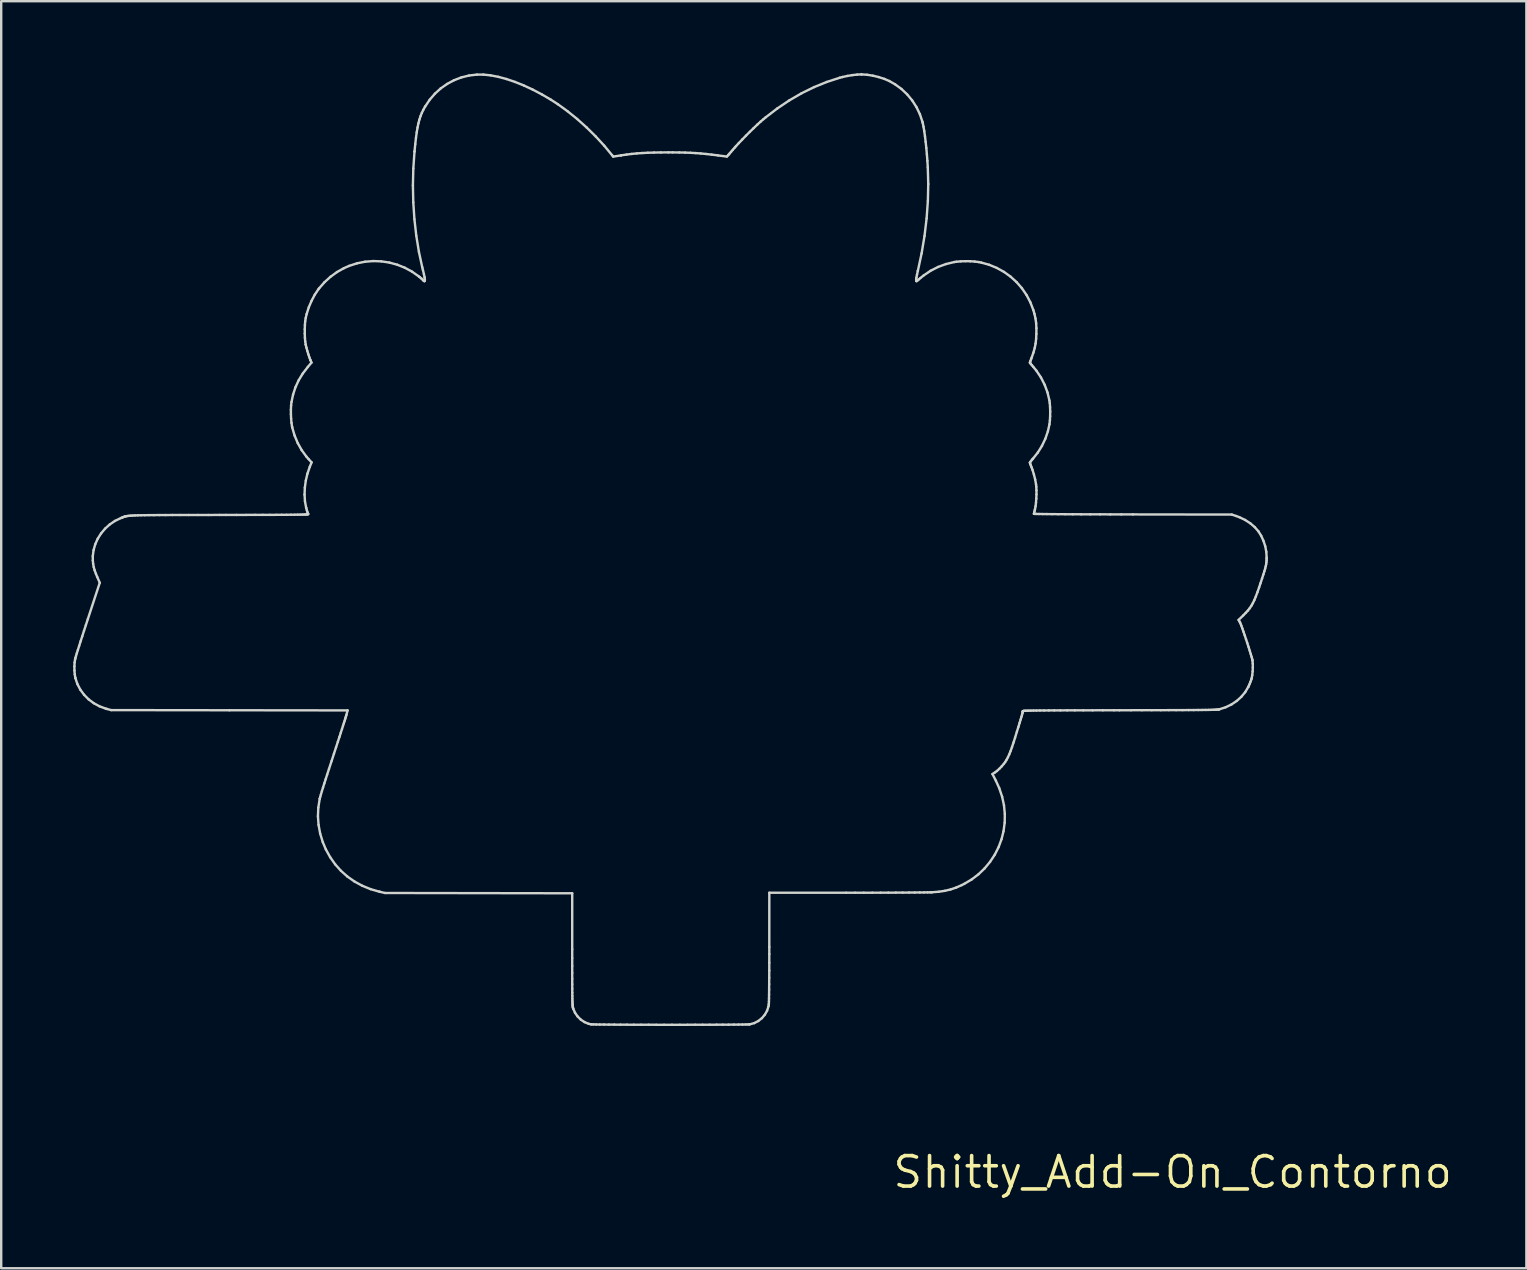
<source format=kicad_pcb>
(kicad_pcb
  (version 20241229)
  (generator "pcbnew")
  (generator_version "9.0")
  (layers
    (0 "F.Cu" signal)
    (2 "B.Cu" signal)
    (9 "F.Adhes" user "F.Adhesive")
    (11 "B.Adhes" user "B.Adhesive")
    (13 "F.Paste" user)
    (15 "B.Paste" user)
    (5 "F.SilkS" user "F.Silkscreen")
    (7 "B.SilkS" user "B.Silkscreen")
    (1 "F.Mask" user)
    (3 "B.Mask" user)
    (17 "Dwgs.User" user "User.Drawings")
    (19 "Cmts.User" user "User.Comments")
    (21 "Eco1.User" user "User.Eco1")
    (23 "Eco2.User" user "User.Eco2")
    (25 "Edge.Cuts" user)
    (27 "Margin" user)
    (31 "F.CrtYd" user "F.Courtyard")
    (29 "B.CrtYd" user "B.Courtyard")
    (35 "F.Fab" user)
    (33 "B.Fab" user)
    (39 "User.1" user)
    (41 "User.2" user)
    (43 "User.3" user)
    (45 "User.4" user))
  (footprint "Shitty_Add-On_Contorno"
    (layer "F.Cu")
    (at 45.812 45.791)
    (property "Reference" "Shitty_Add-On_Contorno" (at 0 0 0) (layer "F.SilkS") (effects (font (size 1.27 1.27) (thickness 0.15))))
    (attr through_hole)
    (fp_line (start -45.762 -21.076) (end -45.76 -20.905) (stroke (width 0.1) (type default)) (layer "Edge.Cuts"))
    (fp_line (start -45.76 -20.905) (end -45.747 -20.741) (stroke (width 0.1) (type default)) (layer "Edge.Cuts"))
    (fp_line (start -45.753 -21.239) (end -45.762 -21.076) (stroke (width 0.1) (type default)) (layer "Edge.Cuts"))
    (fp_line (start -45.747 -20.741) (end -45.724 -20.601) (stroke (width 0.1) (type default)) (layer "Edge.Cuts"))
    (fp_line (start -45.732 -21.38) (end -45.753 -21.239) (stroke (width 0.1) (type default)) (layer "Edge.Cuts"))
    (fp_line (start -45.732 -21.38) (end -45.732 -21.38) (stroke (width 0.1) (type default)) (layer "Edge.Cuts"))
    (fp_line (start -45.724 -20.601) (end -45.72 -20.583) (stroke (width 0.1) (type default)) (layer "Edge.Cuts"))
    (fp_line (start -45.721 -21.422) (end -45.732 -21.38) (stroke (width 0.1) (type default)) (layer "Edge.Cuts"))
    (fp_line (start -45.72 -20.583) (end -45.634 -20.331) (stroke (width 0.1) (type default)) (layer "Edge.Cuts"))
    (fp_line (start -45.697 -21.501) (end -45.721 -21.422) (stroke (width 0.1) (type default)) (layer "Edge.Cuts"))
    (fp_line (start -45.663 -21.614) (end -45.697 -21.501) (stroke (width 0.1) (type default)) (layer "Edge.Cuts"))
    (fp_line (start -45.634 -20.331) (end -45.512 -20.099) (stroke (width 0.1) (type default)) (layer "Edge.Cuts"))
    (fp_line (start -45.618 -21.756) (end -45.663 -21.614) (stroke (width 0.1) (type default)) (layer "Edge.Cuts"))
    (fp_line (start -45.565 -21.924) (end -45.618 -21.756) (stroke (width 0.1) (type default)) (layer "Edge.Cuts"))
    (fp_line (start -45.512 -20.099) (end -45.356 -19.888) (stroke (width 0.1) (type default)) (layer "Edge.Cuts"))
    (fp_line (start -45.504 -22.116) (end -45.565 -21.924) (stroke (width 0.1) (type default)) (layer "Edge.Cuts"))
    (fp_line (start -45.436 -22.326) (end -45.504 -22.116) (stroke (width 0.1) (type default)) (layer "Edge.Cuts"))
    (fp_line (start -45.363 -22.553) (end -45.436 -22.326) (stroke (width 0.1) (type default)) (layer "Edge.Cuts"))
    (fp_line (start -45.356 -19.888) (end -45.17 -19.701) (stroke (width 0.1) (type default)) (layer "Edge.Cuts"))
    (fp_line (start -45.285 -22.791) (end -45.363 -22.553) (stroke (width 0.1) (type default)) (layer "Edge.Cuts"))
    (fp_line (start -45.204 -23.039) (end -45.285 -22.791) (stroke (width 0.1) (type default)) (layer "Edge.Cuts"))
    (fp_line (start -45.17 -19.701) (end -44.956 -19.541) (stroke (width 0.1) (type default)) (layer "Edge.Cuts"))
    (fp_line (start -44.996 -25.667) (end -44.994 -25.488) (stroke (width 0.1) (type default)) (layer "Edge.Cuts"))
    (fp_line (start -44.994 -25.488) (end -44.981 -25.346) (stroke (width 0.1) (type default)) (layer "Edge.Cuts"))
    (fp_line (start -44.981 -25.346) (end -44.957 -25.215) (stroke (width 0.1) (type default)) (layer "Edge.Cuts"))
    (fp_line (start -44.963 -25.919) (end -44.996 -25.667) (stroke (width 0.1) (type default)) (layer "Edge.Cuts"))
    (fp_line (start -44.957 -25.215) (end -44.92 -25.081) (stroke (width 0.1) (type default)) (layer "Edge.Cuts"))
    (fp_line (start -44.956 -19.541) (end -44.716 -19.411) (stroke (width 0.1) (type default)) (layer "Edge.Cuts"))
    (fp_line (start -44.92 -25.081) (end -44.866 -24.934) (stroke (width 0.1) (type default)) (layer "Edge.Cuts"))
    (fp_line (start -44.893 -26.164) (end -44.963 -25.919) (stroke (width 0.1) (type default)) (layer "Edge.Cuts"))
    (fp_line (start -44.866 -24.934) (end -44.81 -24.798) (stroke (width 0.1) (type default)) (layer "Edge.Cuts"))
    (fp_line (start -44.81 -24.798) (end -44.705 -24.559) (stroke (width 0.1) (type default)) (layer "Edge.Cuts"))
    (fp_line (start -44.788 -26.397) (end -44.893 -26.164) (stroke (width 0.1) (type default)) (layer "Edge.Cuts"))
    (fp_line (start -44.716 -19.411) (end -44.454 -19.313) (stroke (width 0.1) (type default)) (layer "Edge.Cuts"))
    (fp_line (start -44.705 -24.559) (end -45.204 -23.039) (stroke (width 0.1) (type default)) (layer "Edge.Cuts"))
    (fp_line (start -44.65 -26.615) (end -44.788 -26.397) (stroke (width 0.1) (type default)) (layer "Edge.Cuts"))
    (fp_line (start -44.483 -26.814) (end -44.65 -26.615) (stroke (width 0.1) (type default)) (layer "Edge.Cuts"))
    (fp_line (start -44.454 -19.313) (end -44.402 -19.299) (stroke (width 0.1) (type default)) (layer "Edge.Cuts"))
    (fp_line (start -44.402 -19.299) (end -44.228 -19.252) (stroke (width 0.1) (type default)) (layer "Edge.Cuts"))
    (fp_line (start -44.288 -26.989) (end -44.483 -26.814) (stroke (width 0.1) (type default)) (layer "Edge.Cuts"))
    (fp_line (start -44.228 -19.252) (end -39.303 -19.246) (stroke (width 0.1) (type default)) (layer "Edge.Cuts"))
    (fp_line (start -44.069 -27.137) (end -44.288 -26.989) (stroke (width 0.1) (type default)) (layer "Edge.Cuts"))
    (fp_line (start -43.828 -27.253) (end -44.069 -27.137) (stroke (width 0.1) (type default)) (layer "Edge.Cuts"))
    (fp_line (start -43.792 -27.267) (end -43.828 -27.253) (stroke (width 0.1) (type default)) (layer "Edge.Cuts"))
    (fp_line (start -43.759 -27.281) (end -43.792 -27.267) (stroke (width 0.1) (type default)) (layer "Edge.Cuts"))
    (fp_line (start -43.727 -27.294) (end -43.759 -27.281) (stroke (width 0.1) (type default)) (layer "Edge.Cuts"))
    (fp_line (start -43.696 -27.306) (end -43.727 -27.294) (stroke (width 0.1) (type default)) (layer "Edge.Cuts"))
    (fp_line (start -43.664 -27.317) (end -43.696 -27.306) (stroke (width 0.1) (type default)) (layer "Edge.Cuts"))
    (fp_line (start -43.628 -27.326) (end -43.664 -27.317) (stroke (width 0.1) (type default)) (layer "Edge.Cuts"))
    (fp_line (start -43.587 -27.335) (end -43.628 -27.326) (stroke (width 0.1) (type default)) (layer "Edge.Cuts"))
    (fp_line (start -43.538 -27.342) (end -43.587 -27.335) (stroke (width 0.1) (type default)) (layer "Edge.Cuts"))
    (fp_line (start -43.481 -27.349) (end -43.538 -27.342) (stroke (width 0.1) (type default)) (layer "Edge.Cuts"))
    (fp_line (start -43.412 -27.355) (end -43.481 -27.349) (stroke (width 0.1) (type default)) (layer "Edge.Cuts"))
    (fp_line (start -43.33 -27.36) (end -43.412 -27.355) (stroke (width 0.1) (type default)) (layer "Edge.Cuts"))
    (fp_line (start -43.233 -27.364) (end -43.33 -27.36) (stroke (width 0.1) (type default)) (layer "Edge.Cuts"))
    (fp_line (start -43.119 -27.368) (end -43.233 -27.364) (stroke (width 0.1) (type default)) (layer "Edge.Cuts"))
    (fp_line (start -42.986 -27.371) (end -43.119 -27.368) (stroke (width 0.1) (type default)) (layer "Edge.Cuts"))
    (fp_line (start -42.832 -27.373) (end -42.986 -27.371) (stroke (width 0.1) (type default)) (layer "Edge.Cuts"))
    (fp_line (start -42.655 -27.376) (end -42.832 -27.373) (stroke (width 0.1) (type default)) (layer "Edge.Cuts"))
    (fp_line (start -42.453 -27.377) (end -42.655 -27.376) (stroke (width 0.1) (type default)) (layer "Edge.Cuts"))
    (fp_line (start -42.225 -27.379) (end -42.453 -27.377) (stroke (width 0.1) (type default)) (layer "Edge.Cuts"))
    (fp_line (start -41.968 -27.38) (end -42.225 -27.379) (stroke (width 0.1) (type default)) (layer "Edge.Cuts"))
    (fp_line (start -41.68 -27.381) (end -41.968 -27.38) (stroke (width 0.1) (type default)) (layer "Edge.Cuts"))
    (fp_line (start -41.36 -27.381) (end -41.68 -27.381) (stroke (width 0.1) (type default)) (layer "Edge.Cuts"))
    (fp_line (start -41.005 -27.382) (end -41.36 -27.381) (stroke (width 0.1) (type default)) (layer "Edge.Cuts"))
    (fp_line (start -40.613 -27.383) (end -41.005 -27.382) (stroke (width 0.1) (type default)) (layer "Edge.Cuts"))
    (fp_line (start -40.184 -27.383) (end -40.613 -27.383) (stroke (width 0.1) (type default)) (layer "Edge.Cuts"))
    (fp_line (start -39.713 -27.384) (end -40.184 -27.383) (stroke (width 0.1) (type default)) (layer "Edge.Cuts"))
    (fp_line (start -39.448 -27.385) (end -39.713 -27.384) (stroke (width 0.1) (type default)) (layer "Edge.Cuts"))
    (fp_line (start -39.303 -19.246) (end -34.378 -19.24) (stroke (width 0.1) (type default)) (layer "Edge.Cuts"))
    (fp_line (start -39.007 -27.385) (end -39.448 -27.385) (stroke (width 0.1) (type default)) (layer "Edge.Cuts"))
    (fp_line (start -38.605 -27.386) (end -39.007 -27.385) (stroke (width 0.1) (type default)) (layer "Edge.Cuts"))
    (fp_line (start -38.24 -27.387) (end -38.605 -27.386) (stroke (width 0.1) (type default)) (layer "Edge.Cuts"))
    (fp_line (start -37.911 -27.388) (end -38.24 -27.387) (stroke (width 0.1) (type default)) (layer "Edge.Cuts"))
    (fp_line (start -37.617 -27.388) (end -37.911 -27.388) (stroke (width 0.1) (type default)) (layer "Edge.Cuts"))
    (fp_line (start -37.354 -27.389) (end -37.617 -27.388) (stroke (width 0.1) (type default)) (layer "Edge.Cuts"))
    (fp_line (start -37.122 -27.39) (end -37.354 -27.389) (stroke (width 0.1) (type default)) (layer "Edge.Cuts"))
    (fp_line (start -36.918 -27.391) (end -37.122 -27.39) (stroke (width 0.1) (type default)) (layer "Edge.Cuts"))
    (fp_line (start -36.741 -31.771) (end -36.74 -31.585) (stroke (width 0.1) (type default)) (layer "Edge.Cuts"))
    (fp_line (start -36.74 -27.393) (end -36.918 -27.391) (stroke (width 0.1) (type default)) (layer "Edge.Cuts"))
    (fp_line (start -36.74 -31.585) (end -36.732 -31.397) (stroke (width 0.1) (type default)) (layer "Edge.Cuts"))
    (fp_line (start -36.733 -31.944) (end -36.741 -31.771) (stroke (width 0.1) (type default)) (layer "Edge.Cuts"))
    (fp_line (start -36.732 -31.397) (end -36.716 -31.22) (stroke (width 0.1) (type default)) (layer "Edge.Cuts"))
    (fp_line (start -36.716 -32.089) (end -36.733 -31.944) (stroke (width 0.1) (type default)) (layer "Edge.Cuts"))
    (fp_line (start -36.716 -31.22) (end -36.693 -31.069) (stroke (width 0.1) (type default)) (layer "Edge.Cuts"))
    (fp_line (start -36.693 -31.069) (end -36.685 -31.03) (stroke (width 0.1) (type default)) (layer "Edge.Cuts"))
    (fp_line (start -36.685 -31.03) (end -36.587 -30.694) (stroke (width 0.1) (type default)) (layer "Edge.Cuts"))
    (fp_line (start -36.649 -32.403) (end -36.716 -32.089) (stroke (width 0.1) (type default)) (layer "Edge.Cuts"))
    (fp_line (start -36.588 -27.394) (end -36.74 -27.393) (stroke (width 0.1) (type default)) (layer "Edge.Cuts"))
    (fp_line (start -36.587 -30.694) (end -36.455 -30.377) (stroke (width 0.1) (type default)) (layer "Edge.Cuts"))
    (fp_line (start -36.549 -32.71) (end -36.649 -32.403) (stroke (width 0.1) (type default)) (layer "Edge.Cuts"))
    (fp_line (start -36.458 -27.396) (end -36.588 -27.394) (stroke (width 0.1) (type default)) (layer "Edge.Cuts"))
    (fp_line (start -36.455 -30.377) (end -36.289 -30.082) (stroke (width 0.1) (type default)) (layer "Edge.Cuts"))
    (fp_line (start -36.415 -32.999) (end -36.549 -32.71) (stroke (width 0.1) (type default)) (layer "Edge.Cuts"))
    (fp_line (start -36.35 -27.397) (end -36.458 -27.396) (stroke (width 0.1) (type default)) (layer "Edge.Cuts"))
    (fp_line (start -36.289 -30.082) (end -36.092 -29.812) (stroke (width 0.1) (type default)) (layer "Edge.Cuts"))
    (fp_line (start -36.261 -27.399) (end -36.35 -27.397) (stroke (width 0.1) (type default)) (layer "Edge.Cuts"))
    (fp_line (start -36.245 -33.278) (end -36.415 -32.999) (stroke (width 0.1) (type default)) (layer "Edge.Cuts"))
    (fp_line (start -36.189 -27.401) (end -36.261 -27.399) (stroke (width 0.1) (type default)) (layer "Edge.Cuts"))
    (fp_line (start -36.172 -28.233) (end -36.155 -27.955) (stroke (width 0.1) (type default)) (layer "Edge.Cuts"))
    (fp_line (start -36.163 -35.124) (end -36.163 -34.943) (stroke (width 0.1) (type default)) (layer "Edge.Cuts"))
    (fp_line (start -36.163 -34.943) (end -36.157 -34.769) (stroke (width 0.1) (type default)) (layer "Edge.Cuts"))
    (fp_line (start -36.16 -28.523) (end -36.172 -28.233) (stroke (width 0.1) (type default)) (layer "Edge.Cuts"))
    (fp_line (start -36.157 -35.299) (end -36.163 -35.124) (stroke (width 0.1) (type default)) (layer "Edge.Cuts"))
    (fp_line (start -36.157 -34.769) (end -36.144 -34.612) (stroke (width 0.1) (type default)) (layer "Edge.Cuts"))
    (fp_line (start -36.155 -27.955) (end -36.108 -27.698) (stroke (width 0.1) (type default)) (layer "Edge.Cuts"))
    (fp_line (start -36.145 -35.456) (end -36.157 -35.299) (stroke (width 0.1) (type default)) (layer "Edge.Cuts"))
    (fp_line (start -36.144 -34.612) (end -36.124 -34.486) (stroke (width 0.1) (type default)) (layer "Edge.Cuts"))
    (fp_line (start -36.134 -27.404) (end -36.189 -27.401) (stroke (width 0.1) (type default)) (layer "Edge.Cuts"))
    (fp_line (start -36.125 -35.585) (end -36.145 -35.456) (stroke (width 0.1) (type default)) (layer "Edge.Cuts"))
    (fp_line (start -36.124 -34.486) (end -36.123 -34.48) (stroke (width 0.1) (type default)) (layer "Edge.Cuts"))
    (fp_line (start -36.123 -34.48) (end -36.093 -34.354) (stroke (width 0.1) (type default)) (layer "Edge.Cuts"))
    (fp_line (start -36.119 -28.818) (end -36.16 -28.523) (stroke (width 0.1) (type default)) (layer "Edge.Cuts"))
    (fp_line (start -36.108 -27.698) (end -36.101 -27.669) (stroke (width 0.1) (type default)) (layer "Edge.Cuts"))
    (fp_line (start -36.101 -27.669) (end -36.075 -27.579) (stroke (width 0.1) (type default)) (layer "Edge.Cuts"))
    (fp_line (start -36.093 -34.354) (end -36.055 -34.214) (stroke (width 0.1) (type default)) (layer "Edge.Cuts"))
    (fp_line (start -36.092 -29.812) (end -36.007 -29.715) (stroke (width 0.1) (type default)) (layer "Edge.Cuts"))
    (fp_line (start -36.091 -27.407) (end -36.134 -27.404) (stroke (width 0.1) (type default)) (layer "Edge.Cuts"))
    (fp_line (start -36.085 -35.755) (end -36.125 -35.585) (stroke (width 0.1) (type default)) (layer "Edge.Cuts"))
    (fp_line (start -36.075 -27.579) (end -36.051 -27.501) (stroke (width 0.1) (type default)) (layer "Edge.Cuts"))
    (fp_line (start -36.061 -27.41) (end -36.091 -27.407) (stroke (width 0.1) (type default)) (layer "Edge.Cuts"))
    (fp_line (start -36.055 -34.214) (end -36.012 -34.073) (stroke (width 0.1) (type default)) (layer "Edge.Cuts"))
    (fp_line (start -36.051 -27.501) (end -36.032 -27.446) (stroke (width 0.1) (type default)) (layer "Edge.Cuts"))
    (fp_line (start -36.051 -29.108) (end -36.119 -28.818) (stroke (width 0.1) (type default)) (layer "Edge.Cuts"))
    (fp_line (start -36.041 -27.413) (end -36.061 -27.41) (stroke (width 0.1) (type default)) (layer "Edge.Cuts"))
    (fp_line (start -36.035 -33.551) (end -36.245 -33.278) (stroke (width 0.1) (type default)) (layer "Edge.Cuts"))
    (fp_line (start -36.032 -27.446) (end -36.025 -27.431) (stroke (width 0.1) (type default)) (layer "Edge.Cuts"))
    (fp_line (start -36.029 -27.417) (end -36.041 -27.413) (stroke (width 0.1) (type default)) (layer "Edge.Cuts"))
    (fp_line (start -36.025 -27.431) (end -36.023 -27.426) (stroke (width 0.1) (type default)) (layer "Edge.Cuts"))
    (fp_line (start -36.024 -27.421) (end -36.029 -27.417) (stroke (width 0.1) (type default)) (layer "Edge.Cuts"))
    (fp_line (start -36.023 -27.426) (end -36.024 -27.421) (stroke (width 0.1) (type default)) (layer "Edge.Cuts"))
    (fp_line (start -36.012 -34.073) (end -35.969 -33.945) (stroke (width 0.1) (type default)) (layer "Edge.Cuts"))
    (fp_line (start -36.007 -29.715) (end -35.879 -29.575) (stroke (width 0.1) (type default)) (layer "Edge.Cuts"))
    (fp_line (start -35.996 -36.034) (end -36.085 -35.755) (stroke (width 0.1) (type default)) (layer "Edge.Cuts"))
    (fp_line (start -35.969 -33.945) (end -35.93 -33.842) (stroke (width 0.1) (type default)) (layer "Edge.Cuts"))
    (fp_line (start -35.955 -29.387) (end -36.051 -29.108) (stroke (width 0.1) (type default)) (layer "Edge.Cuts"))
    (fp_line (start -35.93 -33.842) (end -35.921 -33.822) (stroke (width 0.1) (type default)) (layer "Edge.Cuts"))
    (fp_line (start -35.921 -33.822) (end -35.882 -33.734) (stroke (width 0.1) (type default)) (layer "Edge.Cuts"))
    (fp_line (start -35.882 -33.734) (end -36.035 -33.551) (stroke (width 0.1) (type default)) (layer "Edge.Cuts"))
    (fp_line (start -35.88 -36.307) (end -35.996 -36.034) (stroke (width 0.1) (type default)) (layer "Edge.Cuts"))
    (fp_line (start -35.879 -29.575) (end -35.955 -29.387) (stroke (width 0.1) (type default)) (layer "Edge.Cuts"))
    (fp_line (start -35.745 -36.563) (end -35.88 -36.307) (stroke (width 0.1) (type default)) (layer "Edge.Cuts"))
    (fp_line (start -35.614 -14.829) (end -35.588 -14.467) (stroke (width 0.1) (type default)) (layer "Edge.Cuts"))
    (fp_line (start -35.598 -15.193) (end -35.614 -14.829) (stroke (width 0.1) (type default)) (layer "Edge.Cuts"))
    (fp_line (start -35.594 -36.789) (end -35.745 -36.563) (stroke (width 0.1) (type default)) (layer "Edge.Cuts"))
    (fp_line (start -35.588 -14.467) (end -35.521 -14.107) (stroke (width 0.1) (type default)) (layer "Edge.Cuts"))
    (fp_line (start -35.563 -36.829) (end -35.594 -36.789) (stroke (width 0.1) (type default)) (layer "Edge.Cuts"))
    (fp_line (start -35.54 -15.556) (end -35.598 -15.193) (stroke (width 0.1) (type default)) (layer "Edge.Cuts"))
    (fp_line (start -35.538 -15.568) (end -35.54 -15.556) (stroke (width 0.1) (type default)) (layer "Edge.Cuts"))
    (fp_line (start -35.521 -14.107) (end -35.413 -13.753) (stroke (width 0.1) (type default)) (layer "Edge.Cuts"))
    (fp_line (start -35.519 -15.638) (end -35.538 -15.568) (stroke (width 0.1) (type default)) (layer "Edge.Cuts"))
    (fp_line (start -35.489 -15.742) (end -35.519 -15.638) (stroke (width 0.1) (type default)) (layer "Edge.Cuts"))
    (fp_line (start -35.45 -15.873) (end -35.489 -15.742) (stroke (width 0.1) (type default)) (layer "Edge.Cuts"))
    (fp_line (start -35.413 -13.753) (end -35.285 -13.45) (stroke (width 0.1) (type default)) (layer "Edge.Cuts"))
    (fp_line (start -35.402 -16.026) (end -35.45 -15.873) (stroke (width 0.1) (type default)) (layer "Edge.Cuts"))
    (fp_line (start -35.349 -16.196) (end -35.402 -16.026) (stroke (width 0.1) (type default)) (layer "Edge.Cuts"))
    (fp_line (start -35.342 -37.08) (end -35.563 -36.829) (stroke (width 0.1) (type default)) (layer "Edge.Cuts"))
    (fp_line (start -35.291 -16.377) (end -35.349 -16.196) (stroke (width 0.1) (type default)) (layer "Edge.Cuts"))
    (fp_line (start -35.285 -13.45) (end -35.105 -13.124) (stroke (width 0.1) (type default)) (layer "Edge.Cuts"))
    (fp_line (start -35.231 -16.564) (end -35.291 -16.377) (stroke (width 0.1) (type default)) (layer "Edge.Cuts"))
    (fp_line (start -35.154 -16.8) (end -35.231 -16.564) (stroke (width 0.1) (type default)) (layer "Edge.Cuts"))
    (fp_line (start -35.105 -13.124) (end -34.895 -12.825) (stroke (width 0.1) (type default)) (layer "Edge.Cuts"))
    (fp_line (start -35.092 -37.307) (end -35.342 -37.08) (stroke (width 0.1) (type default)) (layer "Edge.Cuts"))
    (fp_line (start -35.044 -17.135) (end -35.154 -16.8) (stroke (width 0.1) (type default)) (layer "Edge.Cuts"))
    (fp_line (start -34.947 -17.434) (end -35.044 -17.135) (stroke (width 0.1) (type default)) (layer "Edge.Cuts"))
    (fp_line (start -34.895 -12.825) (end -34.655 -12.556) (stroke (width 0.1) (type default)) (layer "Edge.Cuts"))
    (fp_line (start -34.861 -17.698) (end -34.947 -17.434) (stroke (width 0.1) (type default)) (layer "Edge.Cuts"))
    (fp_line (start -34.82 -37.505) (end -35.092 -37.307) (stroke (width 0.1) (type default)) (layer "Edge.Cuts"))
    (fp_line (start -34.785 -17.931) (end -34.861 -17.698) (stroke (width 0.1) (type default)) (layer "Edge.Cuts"))
    (fp_line (start -34.719 -18.134) (end -34.785 -17.931) (stroke (width 0.1) (type default)) (layer "Edge.Cuts"))
    (fp_line (start -34.662 -18.31) (end -34.719 -18.134) (stroke (width 0.1) (type default)) (layer "Edge.Cuts"))
    (fp_line (start -34.655 -12.556) (end -34.387 -12.317) (stroke (width 0.1) (type default)) (layer "Edge.Cuts"))
    (fp_line (start -34.613 -18.462) (end -34.662 -18.31) (stroke (width 0.1) (type default)) (layer "Edge.Cuts"))
    (fp_line (start -34.572 -18.59) (end -34.613 -18.462) (stroke (width 0.1) (type default)) (layer "Edge.Cuts"))
    (fp_line (start -34.537 -18.699) (end -34.572 -18.59) (stroke (width 0.1) (type default)) (layer "Edge.Cuts"))
    (fp_line (start -34.533 -37.666) (end -34.82 -37.505) (stroke (width 0.1) (type default)) (layer "Edge.Cuts"))
    (fp_line (start -34.508 -18.789) (end -34.537 -18.699) (stroke (width 0.1) (type default)) (layer "Edge.Cuts"))
    (fp_line (start -34.485 -18.864) (end -34.508 -18.789) (stroke (width 0.1) (type default)) (layer "Edge.Cuts"))
    (fp_line (start -34.466 -18.926) (end -34.485 -18.864) (stroke (width 0.1) (type default)) (layer "Edge.Cuts"))
    (fp_line (start -34.451 -18.977) (end -34.466 -18.926) (stroke (width 0.1) (type default)) (layer "Edge.Cuts"))
    (fp_line (start -34.438 -19.019) (end -34.451 -18.977) (stroke (width 0.1) (type default)) (layer "Edge.Cuts"))
    (fp_line (start -34.428 -19.055) (end -34.438 -19.019) (stroke (width 0.1) (type default)) (layer "Edge.Cuts"))
    (fp_line (start -34.387 -12.317) (end -34.091 -12.11) (stroke (width 0.1) (type default)) (layer "Edge.Cuts"))
    (fp_line (start -34.378 -19.24) (end -34.428 -19.055) (stroke (width 0.1) (type default)) (layer "Edge.Cuts"))
    (fp_line (start -34.315 -37.762) (end -34.533 -37.666) (stroke (width 0.1) (type default)) (layer "Edge.Cuts"))
    (fp_line (start -34.091 -12.11) (end -33.77 -11.935) (stroke (width 0.1) (type default)) (layer "Edge.Cuts"))
    (fp_line (start -33.986 -37.869) (end -34.315 -37.762) (stroke (width 0.1) (type default)) (layer "Edge.Cuts"))
    (fp_line (start -33.77 -11.935) (end -33.424 -11.793) (stroke (width 0.1) (type default)) (layer "Edge.Cuts"))
    (fp_line (start -33.651 -37.936) (end -33.986 -37.869) (stroke (width 0.1) (type default)) (layer "Edge.Cuts"))
    (fp_line (start -33.424 -11.793) (end -33.055 -11.686) (stroke (width 0.1) (type default)) (layer "Edge.Cuts"))
    (fp_line (start -33.312 -37.963) (end -33.651 -37.936) (stroke (width 0.1) (type default)) (layer "Edge.Cuts"))
    (fp_line (start -33.055 -11.686) (end -33.031 -11.681) (stroke (width 0.1) (type default)) (layer "Edge.Cuts"))
    (fp_line (start -33.031 -11.681) (end -32.819 -11.632) (stroke (width 0.1) (type default)) (layer "Edge.Cuts"))
    (fp_line (start -32.974 -37.951) (end -33.312 -37.963) (stroke (width 0.1) (type default)) (layer "Edge.Cuts"))
    (fp_line (start -32.819 -11.632) (end -25.019 -11.62) (stroke (width 0.1) (type default)) (layer "Edge.Cuts"))
    (fp_line (start -32.639 -37.901) (end -32.974 -37.951) (stroke (width 0.1) (type default)) (layer "Edge.Cuts"))
    (fp_line (start -32.312 -37.812) (end -32.639 -37.901) (stroke (width 0.1) (type default)) (layer "Edge.Cuts"))
    (fp_line (start -31.994 -37.685) (end -32.312 -37.812) (stroke (width 0.1) (type default)) (layer "Edge.Cuts"))
    (fp_line (start -31.69 -37.52) (end -31.994 -37.685) (stroke (width 0.1) (type default)) (layer "Edge.Cuts"))
    (fp_line (start -31.657 -41.114) (end -31.641 -40.407) (stroke (width 0.1) (type default)) (layer "Edge.Cuts"))
    (fp_line (start -31.641 -40.407) (end -31.594 -39.707) (stroke (width 0.1) (type default)) (layer "Edge.Cuts"))
    (fp_line (start -31.64 -41.821) (end -31.657 -41.114) (stroke (width 0.1) (type default)) (layer "Edge.Cuts"))
    (fp_line (start -31.594 -39.707) (end -31.516 -39.019) (stroke (width 0.1) (type default)) (layer "Edge.Cuts"))
    (fp_line (start -31.59 -42.524) (end -31.64 -41.821) (stroke (width 0.1) (type default)) (layer "Edge.Cuts"))
    (fp_line (start -31.589 -42.537) (end -31.59 -42.524) (stroke (width 0.1) (type default)) (layer "Edge.Cuts"))
    (fp_line (start -31.559 -42.836) (end -31.589 -42.537) (stroke (width 0.1) (type default)) (layer "Edge.Cuts"))
    (fp_line (start -31.529 -43.098) (end -31.559 -42.836) (stroke (width 0.1) (type default)) (layer "Edge.Cuts"))
    (fp_line (start -31.516 -39.019) (end -31.407 -38.348) (stroke (width 0.1) (type default)) (layer "Edge.Cuts"))
    (fp_line (start -31.498 -43.326) (end -31.529 -43.098) (stroke (width 0.1) (type default)) (layer "Edge.Cuts"))
    (fp_line (start -31.464 -43.526) (end -31.498 -43.326) (stroke (width 0.1) (type default)) (layer "Edge.Cuts"))
    (fp_line (start -31.427 -43.703) (end -31.464 -43.526) (stroke (width 0.1) (type default)) (layer "Edge.Cuts"))
    (fp_line (start -31.407 -38.348) (end -31.267 -37.701) (stroke (width 0.1) (type default)) (layer "Edge.Cuts"))
    (fp_line (start -31.404 -37.318) (end -31.69 -37.52) (stroke (width 0.1) (type default)) (layer "Edge.Cuts"))
    (fp_line (start -31.386 -43.86) (end -31.427 -43.703) (stroke (width 0.1) (type default)) (layer "Edge.Cuts"))
    (fp_line (start -31.373 -37.293) (end -31.404 -37.318) (stroke (width 0.1) (type default)) (layer "Edge.Cuts"))
    (fp_line (start -31.339 -44.003) (end -31.386 -43.86) (stroke (width 0.1) (type default)) (layer "Edge.Cuts"))
    (fp_line (start -31.306 -37.237) (end -31.373 -37.293) (stroke (width 0.1) (type default)) (layer "Edge.Cuts"))
    (fp_line (start -31.285 -44.137) (end -31.339 -44.003) (stroke (width 0.1) (type default)) (layer "Edge.Cuts"))
    (fp_line (start -31.267 -37.701) (end -31.24 -37.594) (stroke (width 0.1) (type default)) (layer "Edge.Cuts"))
    (fp_line (start -31.253 -37.19) (end -31.306 -37.237) (stroke (width 0.1) (type default)) (layer "Edge.Cuts"))
    (fp_line (start -31.24 -37.594) (end -31.199 -37.422) (stroke (width 0.1) (type default)) (layer "Edge.Cuts"))
    (fp_line (start -31.224 -44.264) (end -31.285 -44.137) (stroke (width 0.1) (type default)) (layer "Edge.Cuts"))
    (fp_line (start -31.224 -37.162) (end -31.253 -37.19) (stroke (width 0.1) (type default)) (layer "Edge.Cuts"))
    (fp_line (start -31.209 -37.145) (end -31.224 -37.162) (stroke (width 0.1) (type default)) (layer "Edge.Cuts"))
    (fp_line (start -31.199 -37.422) (end -31.172 -37.29) (stroke (width 0.1) (type default)) (layer "Edge.Cuts"))
    (fp_line (start -31.178 -37.124) (end -31.209 -37.145) (stroke (width 0.1) (type default)) (layer "Edge.Cuts"))
    (fp_line (start -31.172 -37.29) (end -31.159 -37.196) (stroke (width 0.1) (type default)) (layer "Edge.Cuts"))
    (fp_line (start -31.161 -37.141) (end -31.178 -37.124) (stroke (width 0.1) (type default)) (layer "Edge.Cuts"))
    (fp_line (start -31.159 -37.196) (end -31.161 -37.141) (stroke (width 0.1) (type default)) (layer "Edge.Cuts"))
    (fp_line (start -31.154 -44.392) (end -31.224 -44.264) (stroke (width 0.1) (type default)) (layer "Edge.Cuts"))
    (fp_line (start -31.147 -44.403) (end -31.154 -44.392) (stroke (width 0.1) (type default)) (layer "Edge.Cuts"))
    (fp_line (start -30.958 -44.684) (end -31.147 -44.403) (stroke (width 0.1) (type default)) (layer "Edge.Cuts"))
    (fp_line (start -30.741 -44.936) (end -30.958 -44.684) (stroke (width 0.1) (type default)) (layer "Edge.Cuts"))
    (fp_line (start -30.498 -45.157) (end -30.741 -44.936) (stroke (width 0.1) (type default)) (layer "Edge.Cuts"))
    (fp_line (start -30.231 -45.344) (end -30.498 -45.157) (stroke (width 0.1) (type default)) (layer "Edge.Cuts"))
    (fp_line (start -29.944 -45.498) (end -30.231 -45.344) (stroke (width 0.1) (type default)) (layer "Edge.Cuts"))
    (fp_line (start -29.639 -45.615) (end -29.944 -45.498) (stroke (width 0.1) (type default)) (layer "Edge.Cuts"))
    (fp_line (start -29.32 -45.694) (end -29.639 -45.615) (stroke (width 0.1) (type default)) (layer "Edge.Cuts"))
    (fp_line (start -28.988 -45.733) (end -29.32 -45.694) (stroke (width 0.1) (type default)) (layer "Edge.Cuts"))
    (fp_line (start -28.719 -45.733) (end -28.988 -45.733) (stroke (width 0.1) (type default)) (layer "Edge.Cuts"))
    (fp_line (start -28.418 -45.701) (end -28.719 -45.733) (stroke (width 0.1) (type default)) (layer "Edge.Cuts"))
    (fp_line (start -28.097 -45.639) (end -28.418 -45.701) (stroke (width 0.1) (type default)) (layer "Edge.Cuts"))
    (fp_line (start -27.757 -45.548) (end -28.097 -45.639) (stroke (width 0.1) (type default)) (layer "Edge.Cuts"))
    (fp_line (start -27.404 -45.428) (end -27.757 -45.548) (stroke (width 0.1) (type default)) (layer "Edge.Cuts"))
    (fp_line (start -27.039 -45.281) (end -27.404 -45.428) (stroke (width 0.1) (type default)) (layer "Edge.Cuts"))
    (fp_line (start -26.666 -45.108) (end -27.039 -45.281) (stroke (width 0.1) (type default)) (layer "Edge.Cuts"))
    (fp_line (start -26.288 -44.909) (end -26.666 -45.108) (stroke (width 0.1) (type default)) (layer "Edge.Cuts"))
    (fp_line (start -25.908 -44.687) (end -26.288 -44.909) (stroke (width 0.1) (type default)) (layer "Edge.Cuts"))
    (fp_line (start -25.621 -44.501) (end -25.908 -44.687) (stroke (width 0.1) (type default)) (layer "Edge.Cuts"))
    (fp_line (start -25.215 -44.207) (end -25.621 -44.501) (stroke (width 0.1) (type default)) (layer "Edge.Cuts"))
    (fp_line (start -25.019 -11.62) (end -25.019 -9.283) (stroke (width 0.1) (type default)) (layer "Edge.Cuts"))
    (fp_line (start -25.019 -9.283) (end -25.019 -8.918) (stroke (width 0.1) (type default)) (layer "Edge.Cuts"))
    (fp_line (start -25.019 -8.918) (end -25.019 -8.592) (stroke (width 0.1) (type default)) (layer "Edge.Cuts"))
    (fp_line (start -25.019 -8.592) (end -25.019 -8.304) (stroke (width 0.1) (type default)) (layer "Edge.Cuts"))
    (fp_line (start -25.019 -8.304) (end -25.018 -8.051) (stroke (width 0.1) (type default)) (layer "Edge.Cuts"))
    (fp_line (start -25.018 -8.051) (end -25.018 -7.83) (stroke (width 0.1) (type default)) (layer "Edge.Cuts"))
    (fp_line (start -25.018 -7.83) (end -25.017 -7.64) (stroke (width 0.1) (type default)) (layer "Edge.Cuts"))
    (fp_line (start -25.017 -7.64) (end -25.016 -7.477) (stroke (width 0.1) (type default)) (layer "Edge.Cuts"))
    (fp_line (start -25.016 -7.477) (end -25.014 -7.339) (stroke (width 0.1) (type default)) (layer "Edge.Cuts"))
    (fp_line (start -25.014 -7.339) (end -25.013 -7.224) (stroke (width 0.1) (type default)) (layer "Edge.Cuts"))
    (fp_line (start -25.013 -7.224) (end -25.011 -7.129) (stroke (width 0.1) (type default)) (layer "Edge.Cuts"))
    (fp_line (start -25.011 -7.129) (end -25.008 -7.052) (stroke (width 0.1) (type default)) (layer "Edge.Cuts"))
    (fp_line (start -25.008 -7.052) (end -25.005 -6.99) (stroke (width 0.1) (type default)) (layer "Edge.Cuts"))
    (fp_line (start -25.005 -6.99) (end -25.001 -6.941) (stroke (width 0.1) (type default)) (layer "Edge.Cuts"))
    (fp_line (start -25.001 -6.941) (end -24.997 -6.903) (stroke (width 0.1) (type default)) (layer "Edge.Cuts"))
    (fp_line (start -24.997 -6.903) (end -24.993 -6.872) (stroke (width 0.1) (type default)) (layer "Edge.Cuts"))
    (fp_line (start -24.993 -6.872) (end -24.987 -6.847) (stroke (width 0.1) (type default)) (layer "Edge.Cuts"))
    (fp_line (start -24.987 -6.847) (end -24.981 -6.825) (stroke (width 0.1) (type default)) (layer "Edge.Cuts"))
    (fp_line (start -24.981 -6.825) (end -24.979 -6.818) (stroke (width 0.1) (type default)) (layer "Edge.Cuts"))
    (fp_line (start -24.979 -6.818) (end -24.904 -6.645) (stroke (width 0.1) (type default)) (layer "Edge.Cuts"))
    (fp_line (start -24.904 -6.645) (end -24.797 -6.49) (stroke (width 0.1) (type default)) (layer "Edge.Cuts"))
    (fp_line (start -24.812 -43.882) (end -25.215 -44.207) (stroke (width 0.1) (type default)) (layer "Edge.Cuts"))
    (fp_line (start -24.797 -6.49) (end -24.663 -6.357) (stroke (width 0.1) (type default)) (layer "Edge.Cuts"))
    (fp_line (start -24.663 -6.357) (end -24.507 -6.253) (stroke (width 0.1) (type default)) (layer "Edge.Cuts"))
    (fp_line (start -24.507 -6.253) (end -24.337 -6.182) (stroke (width 0.1) (type default)) (layer "Edge.Cuts"))
    (fp_line (start -24.419 -43.53) (end -24.812 -43.882) (stroke (width 0.1) (type default)) (layer "Edge.Cuts"))
    (fp_line (start -24.337 -6.182) (end -24.242 -6.16) (stroke (width 0.1) (type default)) (layer "Edge.Cuts"))
    (fp_line (start -24.242 -6.16) (end -24.206 -6.158) (stroke (width 0.1) (type default)) (layer "Edge.Cuts"))
    (fp_line (start -24.206 -6.158) (end -24.131 -6.156) (stroke (width 0.1) (type default)) (layer "Edge.Cuts"))
    (fp_line (start -24.131 -6.156) (end -24.019 -6.153) (stroke (width 0.1) (type default)) (layer "Edge.Cuts"))
    (fp_line (start -24.041 -43.157) (end -24.419 -43.53) (stroke (width 0.1) (type default)) (layer "Edge.Cuts"))
    (fp_line (start -24.019 -6.153) (end -23.873 -6.151) (stroke (width 0.1) (type default)) (layer "Edge.Cuts"))
    (fp_line (start -23.873 -6.151) (end -23.696 -6.15) (stroke (width 0.1) (type default)) (layer "Edge.Cuts"))
    (fp_line (start -23.696 -6.15) (end -23.492 -6.148) (stroke (width 0.1) (type default)) (layer "Edge.Cuts"))
    (fp_line (start -23.684 -42.769) (end -24.041 -43.157) (stroke (width 0.1) (type default)) (layer "Edge.Cuts"))
    (fp_line (start -23.492 -6.148) (end -23.262 -6.147) (stroke (width 0.1) (type default)) (layer "Edge.Cuts"))
    (fp_line (start -23.356 -42.372) (end -23.684 -42.769) (stroke (width 0.1) (type default)) (layer "Edge.Cuts"))
    (fp_line (start -23.312 -42.316) (end -23.356 -42.372) (stroke (width 0.1) (type default)) (layer "Edge.Cuts"))
    (fp_line (start -23.262 -6.147) (end -23.01 -6.145) (stroke (width 0.1) (type default)) (layer "Edge.Cuts"))
    (fp_line (start -23.01 -6.145) (end -22.739 -6.144) (stroke (width 0.1) (type default)) (layer "Edge.Cuts"))
    (fp_line (start -22.993 -42.365) (end -23.312 -42.316) (stroke (width 0.1) (type default)) (layer "Edge.Cuts"))
    (fp_line (start -22.978 -42.368) (end -22.993 -42.365) (stroke (width 0.1) (type default)) (layer "Edge.Cuts"))
    (fp_line (start -22.756 -42.4) (end -22.978 -42.368) (stroke (width 0.1) (type default)) (layer "Edge.Cuts"))
    (fp_line (start -22.739 -6.144) (end -22.451 -6.143) (stroke (width 0.1) (type default)) (layer "Edge.Cuts"))
    (fp_line (start -22.542 -42.427) (end -22.756 -42.4) (stroke (width 0.1) (type default)) (layer "Edge.Cuts"))
    (fp_line (start -22.451 -6.143) (end -22.149 -6.142) (stroke (width 0.1) (type default)) (layer "Edge.Cuts"))
    (fp_line (start -22.327 -42.448) (end -22.542 -42.427) (stroke (width 0.1) (type default)) (layer "Edge.Cuts"))
    (fp_line (start -22.149 -6.142) (end -21.836 -6.142) (stroke (width 0.1) (type default)) (layer "Edge.Cuts"))
    (fp_line (start -22.106 -42.464) (end -22.327 -42.448) (stroke (width 0.1) (type default)) (layer "Edge.Cuts"))
    (fp_line (start -21.87 -42.476) (end -22.106 -42.464) (stroke (width 0.1) (type default)) (layer "Edge.Cuts"))
    (fp_line (start -21.836 -6.142) (end -21.516 -6.141) (stroke (width 0.1) (type default)) (layer "Edge.Cuts"))
    (fp_line (start -21.613 -42.484) (end -21.87 -42.476) (stroke (width 0.1) (type default)) (layer "Edge.Cuts"))
    (fp_line (start -21.516 -6.141) (end -21.19 -6.141) (stroke (width 0.1) (type default)) (layer "Edge.Cuts"))
    (fp_line (start -21.328 -42.489) (end -21.613 -42.484) (stroke (width 0.1) (type default)) (layer "Edge.Cuts"))
    (fp_line (start -21.19 -6.141) (end -20.862 -6.141) (stroke (width 0.1) (type default)) (layer "Edge.Cuts"))
    (fp_line (start -21.008 -42.49) (end -21.328 -42.489) (stroke (width 0.1) (type default)) (layer "Edge.Cuts"))
    (fp_line (start -20.862 -6.141) (end -20.535 -6.141) (stroke (width 0.1) (type default)) (layer "Edge.Cuts"))
    (fp_line (start -20.836 -42.49) (end -21.008 -42.49) (stroke (width 0.1) (type default)) (layer "Edge.Cuts"))
    (fp_line (start -20.562 -42.488) (end -20.836 -42.49) (stroke (width 0.1) (type default)) (layer "Edge.Cuts"))
    (fp_line (start -20.535 -6.141) (end -20.211 -6.141) (stroke (width 0.1) (type default)) (layer "Edge.Cuts"))
    (fp_line (start -20.316 -42.483) (end -20.562 -42.488) (stroke (width 0.1) (type default)) (layer "Edge.Cuts"))
    (fp_line (start -20.211 -6.141) (end -19.893 -6.142) (stroke (width 0.1) (type default)) (layer "Edge.Cuts"))
    (fp_line (start -20.09 -42.474) (end -20.316 -42.483) (stroke (width 0.1) (type default)) (layer "Edge.Cuts"))
    (fp_line (start -19.893 -6.142) (end -19.585 -6.142) (stroke (width 0.1) (type default)) (layer "Edge.Cuts"))
    (fp_line (start -19.875 -42.462) (end -20.09 -42.474) (stroke (width 0.1) (type default)) (layer "Edge.Cuts"))
    (fp_line (start -19.662 -42.446) (end -19.875 -42.462) (stroke (width 0.1) (type default)) (layer "Edge.Cuts"))
    (fp_line (start -19.585 -6.142) (end -19.289 -6.143) (stroke (width 0.1) (type default)) (layer "Edge.Cuts"))
    (fp_line (start -19.442 -42.425) (end -19.662 -42.446) (stroke (width 0.1) (type default)) (layer "Edge.Cuts"))
    (fp_line (start -19.289 -6.143) (end -19.007 -6.144) (stroke (width 0.1) (type default)) (layer "Edge.Cuts"))
    (fp_line (start -19.206 -42.398) (end -19.442 -42.425) (stroke (width 0.1) (type default)) (layer "Edge.Cuts"))
    (fp_line (start -19.007 -6.144) (end -18.744 -6.145) (stroke (width 0.1) (type default)) (layer "Edge.Cuts"))
    (fp_line (start -18.945 -42.365) (end -19.206 -42.398) (stroke (width 0.1) (type default)) (layer "Edge.Cuts"))
    (fp_line (start -18.744 -6.145) (end -18.501 -6.146) (stroke (width 0.1) (type default)) (layer "Edge.Cuts"))
    (fp_line (start -18.574 -42.317) (end -18.945 -42.365) (stroke (width 0.1) (type default)) (layer "Edge.Cuts"))
    (fp_line (start -18.524 -42.373) (end -18.574 -42.317) (stroke (width 0.1) (type default)) (layer "Edge.Cuts"))
    (fp_line (start -18.508 -42.391) (end -18.524 -42.373) (stroke (width 0.1) (type default)) (layer "Edge.Cuts"))
    (fp_line (start -18.501 -6.146) (end -18.281 -6.148) (stroke (width 0.1) (type default)) (layer "Edge.Cuts"))
    (fp_line (start -18.463 -42.442) (end -18.508 -42.391) (stroke (width 0.1) (type default)) (layer "Edge.Cuts"))
    (fp_line (start -18.401 -42.514) (end -18.463 -42.442) (stroke (width 0.1) (type default)) (layer "Edge.Cuts"))
    (fp_line (start -18.326 -42.6) (end -18.401 -42.514) (stroke (width 0.1) (type default)) (layer "Edge.Cuts"))
    (fp_line (start -18.281 -6.148) (end -18.088 -6.149) (stroke (width 0.1) (type default)) (layer "Edge.Cuts"))
    (fp_line (start -18.245 -42.693) (end -18.326 -42.6) (stroke (width 0.1) (type default)) (layer "Edge.Cuts"))
    (fp_line (start -18.198 -42.747) (end -18.245 -42.693) (stroke (width 0.1) (type default)) (layer "Edge.Cuts"))
    (fp_line (start -18.088 -6.149) (end -17.924 -6.151) (stroke (width 0.1) (type default)) (layer "Edge.Cuts"))
    (fp_line (start -18.075 -42.881) (end -18.198 -42.747) (stroke (width 0.1) (type default)) (layer "Edge.Cuts"))
    (fp_line (start -17.933 -43.03) (end -18.075 -42.881) (stroke (width 0.1) (type default)) (layer "Edge.Cuts"))
    (fp_line (start -17.924 -6.151) (end -17.793 -6.153) (stroke (width 0.1) (type default)) (layer "Edge.Cuts"))
    (fp_line (start -17.793 -6.153) (end -17.696 -6.155) (stroke (width 0.1) (type default)) (layer "Edge.Cuts"))
    (fp_line (start -17.778 -43.188) (end -17.933 -43.03) (stroke (width 0.1) (type default)) (layer "Edge.Cuts"))
    (fp_line (start -17.696 -6.155) (end -17.637 -6.158) (stroke (width 0.1) (type default)) (layer "Edge.Cuts"))
    (fp_line (start -17.637 -6.158) (end -17.621 -6.159) (stroke (width 0.1) (type default)) (layer "Edge.Cuts"))
    (fp_line (start -17.621 -6.159) (end -17.435 -6.21) (stroke (width 0.1) (type default)) (layer "Edge.Cuts"))
    (fp_line (start -17.617 -43.349) (end -17.778 -43.188) (stroke (width 0.1) (type default)) (layer "Edge.Cuts"))
    (fp_line (start -17.457 -43.504) (end -17.617 -43.349) (stroke (width 0.1) (type default)) (layer "Edge.Cuts"))
    (fp_line (start -17.435 -6.21) (end -17.266 -6.297) (stroke (width 0.1) (type default)) (layer "Edge.Cuts"))
    (fp_line (start -17.305 -43.649) (end -17.457 -43.504) (stroke (width 0.1) (type default)) (layer "Edge.Cuts"))
    (fp_line (start -17.266 -6.297) (end -17.117 -6.415) (stroke (width 0.1) (type default)) (layer "Edge.Cuts"))
    (fp_line (start -17.167 -43.775) (end -17.305 -43.649) (stroke (width 0.1) (type default)) (layer "Edge.Cuts"))
    (fp_line (start -17.117 -6.415) (end -16.993 -6.56) (stroke (width 0.1) (type default)) (layer "Edge.Cuts"))
    (fp_line (start -17.05 -43.876) (end -17.167 -43.775) (stroke (width 0.1) (type default)) (layer "Edge.Cuts"))
    (fp_line (start -16.993 -6.56) (end -16.899 -6.727) (stroke (width 0.1) (type default)) (layer "Edge.Cuts"))
    (fp_line (start -16.968 -43.943) (end -17.05 -43.876) (stroke (width 0.1) (type default)) (layer "Edge.Cuts"))
    (fp_line (start -16.899 -6.727) (end -16.84 -6.912) (stroke (width 0.1) (type default)) (layer "Edge.Cuts"))
    (fp_line (start -16.84 -6.912) (end -16.828 -6.974) (stroke (width 0.1) (type default)) (layer "Edge.Cuts"))
    (fp_line (start -16.828 -6.974) (end -16.825 -7.021) (stroke (width 0.1) (type default)) (layer "Edge.Cuts"))
    (fp_line (start -16.825 -7.021) (end -16.822 -7.108) (stroke (width 0.1) (type default)) (layer "Edge.Cuts"))
    (fp_line (start -16.822 -7.108) (end -16.819 -7.235) (stroke (width 0.1) (type default)) (layer "Edge.Cuts"))
    (fp_line (start -16.819 -7.235) (end -16.816 -7.399) (stroke (width 0.1) (type default)) (layer "Edge.Cuts"))
    (fp_line (start -16.816 -7.399) (end -16.814 -7.599) (stroke (width 0.1) (type default)) (layer "Edge.Cuts"))
    (fp_line (start -16.814 -7.599) (end -16.812 -7.833) (stroke (width 0.1) (type default)) (layer "Edge.Cuts"))
    (fp_line (start -16.812 -7.833) (end -16.81 -8.101) (stroke (width 0.1) (type default)) (layer "Edge.Cuts"))
    (fp_line (start -16.81 -8.101) (end -16.808 -8.399) (stroke (width 0.1) (type default)) (layer "Edge.Cuts"))
    (fp_line (start -16.808 -8.399) (end -16.808 -8.728) (stroke (width 0.1) (type default)) (layer "Edge.Cuts"))
    (fp_line (start -16.808 -8.728) (end -16.807 -9.084) (stroke (width 0.1) (type default)) (layer "Edge.Cuts"))
    (fp_line (start -16.807 -9.084) (end -16.807 -9.382) (stroke (width 0.1) (type default)) (layer "Edge.Cuts"))
    (fp_line (start -16.807 -9.382) (end -16.806 -11.642) (stroke (width 0.1) (type default)) (layer "Edge.Cuts"))
    (fp_line (start -16.806 -11.642) (end -13.605 -11.642) (stroke (width 0.1) (type default)) (layer "Edge.Cuts"))
    (fp_line (start -16.475 -44.321) (end -16.968 -43.943) (stroke (width 0.1) (type default)) (layer "Edge.Cuts"))
    (fp_line (start -15.974 -44.658) (end -16.475 -44.321) (stroke (width 0.1) (type default)) (layer "Edge.Cuts"))
    (fp_line (start -15.464 -44.954) (end -15.974 -44.658) (stroke (width 0.1) (type default)) (layer "Edge.Cuts"))
    (fp_line (start -14.943 -45.21) (end -15.464 -44.954) (stroke (width 0.1) (type default)) (layer "Edge.Cuts"))
    (fp_line (start -14.411 -45.426) (end -14.943 -45.21) (stroke (width 0.1) (type default)) (layer "Edge.Cuts"))
    (fp_line (start -13.868 -45.603) (end -14.411 -45.426) (stroke (width 0.1) (type default)) (layer "Edge.Cuts"))
    (fp_line (start -13.758 -45.632) (end -13.868 -45.603) (stroke (width 0.1) (type default)) (layer "Edge.Cuts"))
    (fp_line (start -13.605 -11.642) (end -13.233 -11.642) (stroke (width 0.1) (type default)) (layer "Edge.Cuts"))
    (fp_line (start -13.553 -45.677) (end -13.758 -45.632) (stroke (width 0.1) (type default)) (layer "Edge.Cuts"))
    (fp_line (start -13.345 -45.711) (end -13.553 -45.677) (stroke (width 0.1) (type default)) (layer "Edge.Cuts"))
    (fp_line (start -13.233 -11.642) (end -12.869 -11.643) (stroke (width 0.1) (type default)) (layer "Edge.Cuts"))
    (fp_line (start -13.146 -45.733) (end -13.345 -45.711) (stroke (width 0.1) (type default)) (layer "Edge.Cuts"))
    (fp_line (start -12.972 -45.741) (end -13.146 -45.733) (stroke (width 0.1) (type default)) (layer "Edge.Cuts"))
    (fp_line (start -12.958 -45.741) (end -12.972 -45.741) (stroke (width 0.1) (type default)) (layer "Edge.Cuts"))
    (fp_line (start -12.869 -11.643) (end -12.514 -11.644) (stroke (width 0.1) (type default)) (layer "Edge.Cuts"))
    (fp_line (start -12.733 -45.726) (end -12.958 -45.741) (stroke (width 0.1) (type default)) (layer "Edge.Cuts"))
    (fp_line (start -12.514 -11.644) (end -12.172 -11.644) (stroke (width 0.1) (type default)) (layer "Edge.Cuts"))
    (fp_line (start -12.492 -45.688) (end -12.733 -45.726) (stroke (width 0.1) (type default)) (layer "Edge.Cuts"))
    (fp_line (start -12.247 -45.629) (end -12.492 -45.688) (stroke (width 0.1) (type default)) (layer "Edge.Cuts"))
    (fp_line (start -12.172 -11.644) (end -11.846 -11.646) (stroke (width 0.1) (type default)) (layer "Edge.Cuts"))
    (fp_line (start -12.014 -45.554) (end -12.247 -45.629) (stroke (width 0.1) (type default)) (layer "Edge.Cuts"))
    (fp_line (start -11.846 -11.646) (end -11.537 -11.647) (stroke (width 0.1) (type default)) (layer "Edge.Cuts"))
    (fp_line (start -11.807 -45.465) (end -12.014 -45.554) (stroke (width 0.1) (type default)) (layer "Edge.Cuts"))
    (fp_line (start -11.565 -45.327) (end -11.807 -45.465) (stroke (width 0.1) (type default)) (layer "Edge.Cuts"))
    (fp_line (start -11.537 -11.647) (end -11.249 -11.648) (stroke (width 0.1) (type default)) (layer "Edge.Cuts"))
    (fp_line (start -11.3 -45.133) (end -11.565 -45.327) (stroke (width 0.1) (type default)) (layer "Edge.Cuts"))
    (fp_line (start -11.249 -11.648) (end -10.985 -11.65) (stroke (width 0.1) (type default)) (layer "Edge.Cuts"))
    (fp_line (start -11.062 -44.908) (end -11.3 -45.133) (stroke (width 0.1) (type default)) (layer "Edge.Cuts"))
    (fp_line (start -10.985 -11.65) (end -10.746 -11.652) (stroke (width 0.1) (type default)) (layer "Edge.Cuts"))
    (fp_line (start -10.853 -44.656) (end -11.062 -44.908) (stroke (width 0.1) (type default)) (layer "Edge.Cuts"))
    (fp_line (start -10.746 -11.652) (end -10.537 -11.653) (stroke (width 0.1) (type default)) (layer "Edge.Cuts"))
    (fp_line (start -10.688 -37.19) (end -10.676 -37.274) (stroke (width 0.1) (type default)) (layer "Edge.Cuts"))
    (fp_line (start -10.686 -37.142) (end -10.688 -37.19) (stroke (width 0.1) (type default)) (layer "Edge.Cuts"))
    (fp_line (start -10.676 -37.274) (end -10.653 -37.394) (stroke (width 0.1) (type default)) (layer "Edge.Cuts"))
    (fp_line (start -10.676 -44.38) (end -10.853 -44.656) (stroke (width 0.1) (type default)) (layer "Edge.Cuts"))
    (fp_line (start -10.673 -37.127) (end -10.686 -37.142) (stroke (width 0.1) (type default)) (layer "Edge.Cuts"))
    (fp_line (start -10.666 -37.131) (end -10.673 -37.127) (stroke (width 0.1) (type default)) (layer "Edge.Cuts"))
    (fp_line (start -10.653 -37.394) (end -10.617 -37.552) (stroke (width 0.1) (type default)) (layer "Edge.Cuts"))
    (fp_line (start -10.631 -37.156) (end -10.666 -37.131) (stroke (width 0.1) (type default)) (layer "Edge.Cuts"))
    (fp_line (start -10.617 -37.552) (end -10.617 -37.553) (stroke (width 0.1) (type default)) (layer "Edge.Cuts"))
    (fp_line (start -10.617 -37.553) (end -10.461 -38.281) (stroke (width 0.1) (type default)) (layer "Edge.Cuts"))
    (fp_line (start -10.576 -37.2) (end -10.631 -37.156) (stroke (width 0.1) (type default)) (layer "Edge.Cuts"))
    (fp_line (start -10.537 -11.653) (end -10.358 -11.655) (stroke (width 0.1) (type default)) (layer "Edge.Cuts"))
    (fp_line (start -10.532 -44.082) (end -10.676 -44.38) (stroke (width 0.1) (type default)) (layer "Edge.Cuts"))
    (fp_line (start -10.509 -37.256) (end -10.576 -37.2) (stroke (width 0.1) (type default)) (layer "Edge.Cuts"))
    (fp_line (start -10.461 -38.281) (end -10.339 -39.011) (stroke (width 0.1) (type default)) (layer "Edge.Cuts"))
    (fp_line (start -10.426 -43.766) (end -10.532 -44.082) (stroke (width 0.1) (type default)) (layer "Edge.Cuts"))
    (fp_line (start -10.411 -43.709) (end -10.426 -43.766) (stroke (width 0.1) (type default)) (layer "Edge.Cuts"))
    (fp_line (start -10.381 -43.56) (end -10.411 -43.709) (stroke (width 0.1) (type default)) (layer "Edge.Cuts"))
    (fp_line (start -10.375 -37.364) (end -10.509 -37.256) (stroke (width 0.1) (type default)) (layer "Edge.Cuts"))
    (fp_line (start -10.358 -11.655) (end -10.214 -11.657) (stroke (width 0.1) (type default)) (layer "Edge.Cuts"))
    (fp_line (start -10.35 -43.377) (end -10.381 -43.56) (stroke (width 0.1) (type default)) (layer "Edge.Cuts"))
    (fp_line (start -10.339 -39.011) (end -10.252 -39.74) (stroke (width 0.1) (type default)) (layer "Edge.Cuts"))
    (fp_line (start -10.32 -43.165) (end -10.35 -43.377) (stroke (width 0.1) (type default)) (layer "Edge.Cuts"))
    (fp_line (start -10.292 -42.93) (end -10.32 -43.165) (stroke (width 0.1) (type default)) (layer "Edge.Cuts"))
    (fp_line (start -10.265 -42.678) (end -10.292 -42.93) (stroke (width 0.1) (type default)) (layer "Edge.Cuts"))
    (fp_line (start -10.252 -39.74) (end -10.2 -40.462) (stroke (width 0.1) (type default)) (layer "Edge.Cuts"))
    (fp_line (start -10.241 -42.413) (end -10.265 -42.678) (stroke (width 0.1) (type default)) (layer "Edge.Cuts"))
    (fp_line (start -10.22 -42.141) (end -10.241 -42.413) (stroke (width 0.1) (type default)) (layer "Edge.Cuts"))
    (fp_line (start -10.214 -11.657) (end -10.106 -11.659) (stroke (width 0.1) (type default)) (layer "Edge.Cuts"))
    (fp_line (start -10.203 -41.868) (end -10.22 -42.141) (stroke (width 0.1) (type default)) (layer "Edge.Cuts"))
    (fp_line (start -10.2 -40.462) (end -10.183 -41.172) (stroke (width 0.1) (type default)) (layer "Edge.Cuts"))
    (fp_line (start -10.183 -41.172) (end -10.203 -41.866) (stroke (width 0.1) (type default)) (layer "Edge.Cuts"))
    (fp_line (start -10.106 -11.659) (end -10.038 -11.662) (stroke (width 0.1) (type default)) (layer "Edge.Cuts"))
    (fp_line (start -10.086 -37.559) (end -10.375 -37.364) (stroke (width 0.1) (type default)) (layer "Edge.Cuts"))
    (fp_line (start -10.038 -11.662) (end -10.033 -11.662) (stroke (width 0.1) (type default)) (layer "Edge.Cuts"))
    (fp_line (start -10.033 -11.662) (end -9.746 -11.684) (stroke (width 0.1) (type default)) (layer "Edge.Cuts"))
    (fp_line (start -9.776 -37.717) (end -10.086 -37.559) (stroke (width 0.1) (type default)) (layer "Edge.Cuts"))
    (fp_line (start -9.746 -11.684) (end -9.489 -11.723) (stroke (width 0.1) (type default)) (layer "Edge.Cuts"))
    (fp_line (start -9.489 -11.723) (end -9.25 -11.78) (stroke (width 0.1) (type default)) (layer "Edge.Cuts"))
    (fp_line (start -9.447 -37.838) (end -9.776 -37.717) (stroke (width 0.1) (type default)) (layer "Edge.Cuts"))
    (fp_line (start -9.25 -11.78) (end -9.02 -11.858) (stroke (width 0.1) (type default)) (layer "Edge.Cuts"))
    (fp_line (start -9.1 -37.922) (end -9.447 -37.838) (stroke (width 0.1) (type default)) (layer "Edge.Cuts"))
    (fp_line (start -9.02 -11.858) (end -8.786 -11.961) (stroke (width 0.1) (type default)) (layer "Edge.Cuts"))
    (fp_line (start -9.011 -37.935) (end -9.1 -37.922) (stroke (width 0.1) (type default)) (layer "Edge.Cuts"))
    (fp_line (start -8.833 -37.951) (end -9.011 -37.935) (stroke (width 0.1) (type default)) (layer "Edge.Cuts"))
    (fp_line (start -8.786 -11.961) (end -8.683 -12.013) (stroke (width 0.1) (type default)) (layer "Edge.Cuts"))
    (fp_line (start -8.683 -12.013) (end -8.374 -12.196) (stroke (width 0.1) (type default)) (layer "Edge.Cuts"))
    (fp_line (start -8.636 -37.958) (end -8.833 -37.951) (stroke (width 0.1) (type default)) (layer "Edge.Cuts"))
    (fp_line (start -8.436 -37.955) (end -8.636 -37.958) (stroke (width 0.1) (type default)) (layer "Edge.Cuts"))
    (fp_line (start -8.374 -12.196) (end -8.09 -12.412) (stroke (width 0.1) (type default)) (layer "Edge.Cuts"))
    (fp_line (start -8.248 -37.943) (end -8.436 -37.955) (stroke (width 0.1) (type default)) (layer "Edge.Cuts"))
    (fp_line (start -8.09 -12.412) (end -7.834 -12.658) (stroke (width 0.1) (type default)) (layer "Edge.Cuts"))
    (fp_line (start -8.086 -37.922) (end -8.248 -37.943) (stroke (width 0.1) (type default)) (layer "Edge.Cuts"))
    (fp_line (start -7.978 -37.901) (end -8.086 -37.922) (stroke (width 0.1) (type default)) (layer "Edge.Cuts"))
    (fp_line (start -7.834 -12.658) (end -7.608 -12.93) (stroke (width 0.1) (type default)) (layer "Edge.Cuts"))
    (fp_line (start -7.644 -37.808) (end -7.978 -37.901) (stroke (width 0.1) (type default)) (layer "Edge.Cuts"))
    (fp_line (start -7.608 -12.93) (end -7.413 -13.226) (stroke (width 0.1) (type default)) (layer "Edge.Cuts"))
    (fp_line (start -7.508 -16.588) (end -7.413 -16.648) (stroke (width 0.1) (type default)) (layer "Edge.Cuts"))
    (fp_line (start -7.413 -13.226) (end -7.253 -13.542) (stroke (width 0.1) (type default)) (layer "Edge.Cuts"))
    (fp_line (start -7.413 -16.648) (end -7.324 -16.714) (stroke (width 0.1) (type default)) (layer "Edge.Cuts"))
    (fp_line (start -7.366 -16.311) (end -7.508 -16.588) (stroke (width 0.1) (type default)) (layer "Edge.Cuts"))
    (fp_line (start -7.327 -37.677) (end -7.644 -37.808) (stroke (width 0.1) (type default)) (layer "Edge.Cuts"))
    (fp_line (start -7.324 -16.714) (end -7.224 -16.805) (stroke (width 0.1) (type default)) (layer "Edge.Cuts"))
    (fp_line (start -7.253 -13.542) (end -7.129 -13.876) (stroke (width 0.1) (type default)) (layer "Edge.Cuts"))
    (fp_line (start -7.225 -15.999) (end -7.366 -16.311) (stroke (width 0.1) (type default)) (layer "Edge.Cuts"))
    (fp_line (start -7.224 -16.805) (end -7.123 -16.909) (stroke (width 0.1) (type default)) (layer "Edge.Cuts"))
    (fp_line (start -7.129 -13.876) (end -7.048 -14.201) (stroke (width 0.1) (type default)) (layer "Edge.Cuts"))
    (fp_line (start -7.123 -16.909) (end -7.032 -17.015) (stroke (width 0.1) (type default)) (layer "Edge.Cuts"))
    (fp_line (start -7.106 -15.645) (end -7.225 -15.999) (stroke (width 0.1) (type default)) (layer "Edge.Cuts"))
    (fp_line (start -7.048 -14.201) (end -6.999 -14.564) (stroke (width 0.1) (type default)) (layer "Edge.Cuts"))
    (fp_line (start -7.032 -17.015) (end -6.976 -17.091) (stroke (width 0.1) (type default)) (layer "Edge.Cuts"))
    (fp_line (start -7.03 -37.512) (end -7.327 -37.677) (stroke (width 0.1) (type default)) (layer "Edge.Cuts"))
    (fp_line (start -7.028 -15.287) (end -7.106 -15.645) (stroke (width 0.1) (type default)) (layer "Edge.Cuts"))
    (fp_line (start -6.999 -14.564) (end -6.993 -14.926) (stroke (width 0.1) (type default)) (layer "Edge.Cuts"))
    (fp_line (start -6.993 -14.926) (end -7.028 -15.287) (stroke (width 0.1) (type default)) (layer "Edge.Cuts"))
    (fp_line (start -6.976 -17.091) (end -6.919 -17.184) (stroke (width 0.1) (type default)) (layer "Edge.Cuts"))
    (fp_line (start -6.919 -17.184) (end -6.864 -17.287) (stroke (width 0.1) (type default)) (layer "Edge.Cuts"))
    (fp_line (start -6.864 -17.287) (end -6.81 -17.405) (stroke (width 0.1) (type default)) (layer "Edge.Cuts"))
    (fp_line (start -6.81 -17.405) (end -6.754 -17.543) (stroke (width 0.1) (type default)) (layer "Edge.Cuts"))
    (fp_line (start -6.755 -37.315) (end -7.03 -37.512) (stroke (width 0.1) (type default)) (layer "Edge.Cuts"))
    (fp_line (start -6.754 -17.543) (end -6.695 -17.707) (stroke (width 0.1) (type default)) (layer "Edge.Cuts"))
    (fp_line (start -6.695 -17.707) (end -6.63 -17.903) (stroke (width 0.1) (type default)) (layer "Edge.Cuts"))
    (fp_line (start -6.63 -17.903) (end -6.565 -18.108) (stroke (width 0.1) (type default)) (layer "Edge.Cuts"))
    (fp_line (start -6.565 -18.108) (end -6.491 -18.348) (stroke (width 0.1) (type default)) (layer "Edge.Cuts"))
    (fp_line (start -6.504 -37.087) (end -6.755 -37.315) (stroke (width 0.1) (type default)) (layer "Edge.Cuts"))
    (fp_line (start -6.491 -18.348) (end -6.428 -18.551) (stroke (width 0.1) (type default)) (layer "Edge.Cuts"))
    (fp_line (start -6.428 -18.551) (end -6.377 -18.72) (stroke (width 0.1) (type default)) (layer "Edge.Cuts"))
    (fp_line (start -6.377 -18.72) (end -6.335 -18.858) (stroke (width 0.1) (type default)) (layer "Edge.Cuts"))
    (fp_line (start -6.335 -18.858) (end -6.302 -18.967) (stroke (width 0.1) (type default)) (layer "Edge.Cuts"))
    (fp_line (start -6.302 -18.967) (end -6.278 -19.052) (stroke (width 0.1) (type default)) (layer "Edge.Cuts"))
    (fp_line (start -6.281 -36.831) (end -6.504 -37.087) (stroke (width 0.1) (type default)) (layer "Edge.Cuts"))
    (fp_line (start -6.278 -19.052) (end -6.261 -19.115) (stroke (width 0.1) (type default)) (layer "Edge.Cuts"))
    (fp_line (start -6.261 -19.115) (end -6.25 -19.159) (stroke (width 0.1) (type default)) (layer "Edge.Cuts"))
    (fp_line (start -6.25 -19.159) (end -6.245 -19.187) (stroke (width 0.1) (type default)) (layer "Edge.Cuts"))
    (fp_line (start -6.245 -19.187) (end -6.244 -19.199) (stroke (width 0.1) (type default)) (layer "Edge.Cuts"))
    (fp_line (start -6.244 -19.199) (end -6.243 -19.204) (stroke (width 0.1) (type default)) (layer "Edge.Cuts"))
    (fp_line (start -6.243 -19.204) (end -6.24 -19.208) (stroke (width 0.1) (type default)) (layer "Edge.Cuts"))
    (fp_line (start -6.24 -19.208) (end -6.233 -19.212) (stroke (width 0.1) (type default)) (layer "Edge.Cuts"))
    (fp_line (start -6.233 -19.212) (end -6.219 -19.216) (stroke (width 0.1) (type default)) (layer "Edge.Cuts"))
    (fp_line (start -6.219 -19.216) (end -6.197 -19.22) (stroke (width 0.1) (type default)) (layer "Edge.Cuts"))
    (fp_line (start -6.197 -19.22) (end -6.166 -19.223) (stroke (width 0.1) (type default)) (layer "Edge.Cuts"))
    (fp_line (start -6.166 -19.223) (end -6.124 -19.225) (stroke (width 0.1) (type default)) (layer "Edge.Cuts"))
    (fp_line (start -6.124 -19.225) (end -6.068 -19.228) (stroke (width 0.1) (type default)) (layer "Edge.Cuts"))
    (fp_line (start -6.089 -36.55) (end -6.281 -36.831) (stroke (width 0.1) (type default)) (layer "Edge.Cuts"))
    (fp_line (start -6.068 -19.228) (end -5.997 -19.23) (stroke (width 0.1) (type default)) (layer "Edge.Cuts"))
    (fp_line (start -5.997 -19.23) (end -5.909 -19.232) (stroke (width 0.1) (type default)) (layer "Edge.Cuts"))
    (fp_line (start -5.948 -33.731) (end -5.941 -33.755) (stroke (width 0.1) (type default)) (layer "Edge.Cuts"))
    (fp_line (start -5.948 -29.564) (end -5.934 -29.59) (stroke (width 0.1) (type default)) (layer "Edge.Cuts"))
    (fp_line (start -5.947 -29.56) (end -5.948 -29.564) (stroke (width 0.1) (type default)) (layer "Edge.Cuts"))
    (fp_line (start -5.942 -33.72) (end -5.948 -33.731) (stroke (width 0.1) (type default)) (layer "Edge.Cuts"))
    (fp_line (start -5.941 -33.755) (end -5.922 -33.81) (stroke (width 0.1) (type default)) (layer "Edge.Cuts"))
    (fp_line (start -5.936 -29.521) (end -5.947 -29.56) (stroke (width 0.1) (type default)) (layer "Edge.Cuts"))
    (fp_line (start -5.934 -29.59) (end -5.898 -29.639) (stroke (width 0.1) (type default)) (layer "Edge.Cuts"))
    (fp_line (start -5.929 -36.245) (end -6.089 -36.55) (stroke (width 0.1) (type default)) (layer "Edge.Cuts"))
    (fp_line (start -5.922 -33.81) (end -5.895 -33.886) (stroke (width 0.1) (type default)) (layer "Edge.Cuts"))
    (fp_line (start -5.914 -33.683) (end -5.942 -33.72) (stroke (width 0.1) (type default)) (layer "Edge.Cuts"))
    (fp_line (start -5.913 -29.457) (end -5.936 -29.521) (stroke (width 0.1) (type default)) (layer "Edge.Cuts"))
    (fp_line (start -5.909 -19.232) (end -5.803 -19.234) (stroke (width 0.1) (type default)) (layer "Edge.Cuts"))
    (fp_line (start -5.898 -29.639) (end -5.846 -29.702) (stroke (width 0.1) (type default)) (layer "Edge.Cuts"))
    (fp_line (start -5.895 -33.886) (end -5.873 -33.943) (stroke (width 0.1) (type default)) (layer "Edge.Cuts"))
    (fp_line (start -5.883 -29.379) (end -5.913 -29.457) (stroke (width 0.1) (type default)) (layer "Edge.Cuts"))
    (fp_line (start -5.873 -33.943) (end -5.8 -34.152) (stroke (width 0.1) (type default)) (layer "Edge.Cuts"))
    (fp_line (start -5.867 -33.626) (end -5.914 -33.683) (stroke (width 0.1) (type default)) (layer "Edge.Cuts"))
    (fp_line (start -5.846 -29.702) (end -5.818 -29.733) (stroke (width 0.1) (type default)) (layer "Edge.Cuts"))
    (fp_line (start -5.843 -29.272) (end -5.883 -29.379) (stroke (width 0.1) (type default)) (layer "Edge.Cuts"))
    (fp_line (start -5.818 -29.733) (end -5.619 -29.983) (stroke (width 0.1) (type default)) (layer "Edge.Cuts"))
    (fp_line (start -5.809 -33.557) (end -5.867 -33.626) (stroke (width 0.1) (type default)) (layer "Edge.Cuts"))
    (fp_line (start -5.804 -35.92) (end -5.929 -36.245) (stroke (width 0.1) (type default)) (layer "Edge.Cuts"))
    (fp_line (start -5.803 -19.234) (end -5.677 -19.235) (stroke (width 0.1) (type default)) (layer "Edge.Cuts"))
    (fp_line (start -5.8 -34.152) (end -5.747 -34.342) (stroke (width 0.1) (type default)) (layer "Edge.Cuts"))
    (fp_line (start -5.782 -29.075) (end -5.843 -29.272) (stroke (width 0.1) (type default)) (layer "Edge.Cuts"))
    (fp_line (start -5.779 -27.431) (end -5.774 -27.459) (stroke (width 0.1) (type default)) (layer "Edge.Cuts"))
    (fp_line (start -5.778 -27.431) (end -5.779 -27.431) (stroke (width 0.1) (type default)) (layer "Edge.Cuts"))
    (fp_line (start -5.774 -27.459) (end -5.761 -27.518) (stroke (width 0.1) (type default)) (layer "Edge.Cuts"))
    (fp_line (start -5.761 -27.518) (end -5.742 -27.596) (stroke (width 0.1) (type default)) (layer "Edge.Cuts"))
    (fp_line (start -5.758 -35.762) (end -5.804 -35.92) (stroke (width 0.1) (type default)) (layer "Edge.Cuts"))
    (fp_line (start -5.75 -27.428) (end -5.778 -27.431) (stroke (width 0.1) (type default)) (layer "Edge.Cuts"))
    (fp_line (start -5.747 -34.342) (end -5.711 -34.527) (stroke (width 0.1) (type default)) (layer "Edge.Cuts"))
    (fp_line (start -5.742 -27.596) (end -5.735 -27.626) (stroke (width 0.1) (type default)) (layer "Edge.Cuts"))
    (fp_line (start -5.735 -27.626) (end -5.712 -27.746) (stroke (width 0.1) (type default)) (layer "Edge.Cuts"))
    (fp_line (start -5.73 -28.866) (end -5.782 -29.075) (stroke (width 0.1) (type default)) (layer "Edge.Cuts"))
    (fp_line (start -5.715 -35.568) (end -5.758 -35.762) (stroke (width 0.1) (type default)) (layer "Edge.Cuts"))
    (fp_line (start -5.712 -27.746) (end -5.694 -27.896) (stroke (width 0.1) (type default)) (layer "Edge.Cuts"))
    (fp_line (start -5.711 -34.527) (end -5.689 -34.724) (stroke (width 0.1) (type default)) (layer "Edge.Cuts"))
    (fp_line (start -5.694 -27.896) (end -5.682 -28.064) (stroke (width 0.1) (type default)) (layer "Edge.Cuts"))
    (fp_line (start -5.693 -28.662) (end -5.73 -28.866) (stroke (width 0.1) (type default)) (layer "Edge.Cuts"))
    (fp_line (start -5.689 -34.724) (end -5.679 -34.928) (stroke (width 0.1) (type default)) (layer "Edge.Cuts"))
    (fp_line (start -5.688 -35.374) (end -5.715 -35.568) (stroke (width 0.1) (type default)) (layer "Edge.Cuts"))
    (fp_line (start -5.682 -28.561) (end -5.693 -28.662) (stroke (width 0.1) (type default)) (layer "Edge.Cuts"))
    (fp_line (start -5.682 -28.064) (end -5.675 -28.239) (stroke (width 0.1) (type default)) (layer "Edge.Cuts"))
    (fp_line (start -5.681 -33.401) (end -5.809 -33.557) (stroke (width 0.1) (type default)) (layer "Edge.Cuts"))
    (fp_line (start -5.68 -27.426) (end -5.75 -27.428) (stroke (width 0.1) (type default)) (layer "Edge.Cuts"))
    (fp_line (start -5.679 -34.928) (end -5.677 -35.165) (stroke (width 0.1) (type default)) (layer "Edge.Cuts"))
    (fp_line (start -5.677 -19.235) (end -5.529 -19.237) (stroke (width 0.1) (type default)) (layer "Edge.Cuts"))
    (fp_line (start -5.677 -35.165) (end -5.688 -35.374) (stroke (width 0.1) (type default)) (layer "Edge.Cuts"))
    (fp_line (start -5.675 -28.239) (end -5.675 -28.409) (stroke (width 0.1) (type default)) (layer "Edge.Cuts"))
    (fp_line (start -5.675 -28.409) (end -5.682 -28.561) (stroke (width 0.1) (type default)) (layer "Edge.Cuts"))
    (fp_line (start -5.619 -29.983) (end -5.447 -30.26) (stroke (width 0.1) (type default)) (layer "Edge.Cuts"))
    (fp_line (start -5.572 -27.424) (end -5.68 -27.426) (stroke (width 0.1) (type default)) (layer "Edge.Cuts"))
    (fp_line (start -5.529 -19.237) (end -5.357 -19.238) (stroke (width 0.1) (type default)) (layer "Edge.Cuts"))
    (fp_line (start -5.488 -33.113) (end -5.681 -33.401) (stroke (width 0.1) (type default)) (layer "Edge.Cuts"))
    (fp_line (start -5.447 -30.26) (end -5.306 -30.557) (stroke (width 0.1) (type default)) (layer "Edge.Cuts"))
    (fp_line (start -5.425 -27.422) (end -5.572 -27.424) (stroke (width 0.1) (type default)) (layer "Edge.Cuts"))
    (fp_line (start -5.357 -19.238) (end -5.159 -19.239) (stroke (width 0.1) (type default)) (layer "Edge.Cuts"))
    (fp_line (start -5.332 -32.807) (end -5.488 -33.113) (stroke (width 0.1) (type default)) (layer "Edge.Cuts"))
    (fp_line (start -5.306 -30.557) (end -5.199 -30.866) (stroke (width 0.1) (type default)) (layer "Edge.Cuts"))
    (fp_line (start -5.241 -27.42) (end -5.425 -27.422) (stroke (width 0.1) (type default)) (layer "Edge.Cuts"))
    (fp_line (start -5.214 -32.486) (end -5.332 -32.807) (stroke (width 0.1) (type default)) (layer "Edge.Cuts"))
    (fp_line (start -5.199 -30.866) (end -5.133 -31.163) (stroke (width 0.1) (type default)) (layer "Edge.Cuts"))
    (fp_line (start -5.159 -19.239) (end -4.934 -19.24) (stroke (width 0.1) (type default)) (layer "Edge.Cuts"))
    (fp_line (start -5.135 -32.154) (end -5.214 -32.486) (stroke (width 0.1) (type default)) (layer "Edge.Cuts"))
    (fp_line (start -5.133 -31.163) (end -5.115 -31.317) (stroke (width 0.1) (type default)) (layer "Edge.Cuts"))
    (fp_line (start -5.121 -32.051) (end -5.135 -32.154) (stroke (width 0.1) (type default)) (layer "Edge.Cuts"))
    (fp_line (start -5.115 -31.317) (end -5.105 -31.498) (stroke (width 0.1) (type default)) (layer "Edge.Cuts"))
    (fp_line (start -5.108 -31.879) (end -5.121 -32.051) (stroke (width 0.1) (type default)) (layer "Edge.Cuts"))
    (fp_line (start -5.105 -31.498) (end -5.102 -31.69) (stroke (width 0.1) (type default)) (layer "Edge.Cuts"))
    (fp_line (start -5.102 -31.69) (end -5.108 -31.879) (stroke (width 0.1) (type default)) (layer "Edge.Cuts"))
    (fp_line (start -5.022 -27.418) (end -5.241 -27.42) (stroke (width 0.1) (type default)) (layer "Edge.Cuts"))
    (fp_line (start -4.934 -19.24) (end -4.679 -19.241) (stroke (width 0.1) (type default)) (layer "Edge.Cuts"))
    (fp_line (start -4.768 -27.416) (end -5.022 -27.418) (stroke (width 0.1) (type default)) (layer "Edge.Cuts"))
    (fp_line (start -4.679 -19.241) (end -4.394 -19.242) (stroke (width 0.1) (type default)) (layer "Edge.Cuts"))
    (fp_line (start -4.481 -27.414) (end -4.768 -27.416) (stroke (width 0.1) (type default)) (layer "Edge.Cuts"))
    (fp_line (start -4.394 -19.242) (end -4.076 -19.243) (stroke (width 0.1) (type default)) (layer "Edge.Cuts"))
    (fp_line (start -4.162 -27.413) (end -4.481 -27.414) (stroke (width 0.1) (type default)) (layer "Edge.Cuts"))
    (fp_line (start -4.076 -19.243) (end -3.724 -19.243) (stroke (width 0.1) (type default)) (layer "Edge.Cuts"))
    (fp_line (start -3.813 -27.411) (end -4.162 -27.413) (stroke (width 0.1) (type default)) (layer "Edge.Cuts"))
    (fp_line (start -3.724 -19.243) (end -3.336 -19.244) (stroke (width 0.1) (type default)) (layer "Edge.Cuts"))
    (fp_line (start -3.435 -27.41) (end -3.813 -27.411) (stroke (width 0.1) (type default)) (layer "Edge.Cuts"))
    (fp_line (start -3.336 -19.244) (end -2.909 -19.245) (stroke (width 0.1) (type default)) (layer "Edge.Cuts"))
    (fp_line (start -3.029 -27.409) (end -3.435 -27.41) (stroke (width 0.1) (type default)) (layer "Edge.Cuts"))
    (fp_line (start -2.909 -19.245) (end -2.443 -19.246) (stroke (width 0.1) (type default)) (layer "Edge.Cuts"))
    (fp_line (start -2.596 -27.408) (end -3.029 -27.409) (stroke (width 0.1) (type default)) (layer "Edge.Cuts"))
    (fp_line (start -2.443 -19.246) (end -2.217 -19.246) (stroke (width 0.1) (type default)) (layer "Edge.Cuts"))
    (fp_line (start -2.217 -19.246) (end -1.729 -19.247) (stroke (width 0.1) (type default)) (layer "Edge.Cuts"))
    (fp_line (start -2.138 -27.407) (end -2.596 -27.408) (stroke (width 0.1) (type default)) (layer "Edge.Cuts"))
    (fp_line (start -1.729 -19.247) (end -1.28 -19.248) (stroke (width 0.1) (type default)) (layer "Edge.Cuts"))
    (fp_line (start -1.656 -27.406) (end -2.138 -27.407) (stroke (width 0.1) (type default)) (layer "Edge.Cuts"))
    (fp_line (start -1.28 -19.248) (end -0.871 -19.249) (stroke (width 0.1) (type default)) (layer "Edge.Cuts"))
    (fp_line (start -0.871 -19.249) (end -0.499 -19.249) (stroke (width 0.1) (type default)) (layer "Edge.Cuts"))
    (fp_line (start -0.499 -19.249) (end -0.161 -19.25) (stroke (width 0.1) (type default)) (layer "Edge.Cuts"))
    (fp_line (start -0.161 -19.25) (end 0.143 -19.251) (stroke (width 0.1) (type default)) (layer "Edge.Cuts"))
    (fp_line (start 0.143 -19.251) (end 0.416 -19.252) (stroke (width 0.1) (type default)) (layer "Edge.Cuts"))
    (fp_line (start 0.416 -19.252) (end 0.659 -19.253) (stroke (width 0.1) (type default)) (layer "Edge.Cuts"))
    (fp_line (start 0.659 -19.253) (end 0.874 -19.255) (stroke (width 0.1) (type default)) (layer "Edge.Cuts"))
    (fp_line (start 0.874 -19.255) (end 1.063 -19.256) (stroke (width 0.1) (type default)) (layer "Edge.Cuts"))
    (fp_line (start 1.063 -19.256) (end 1.228 -19.258) (stroke (width 0.1) (type default)) (layer "Edge.Cuts"))
    (fp_line (start 1.228 -19.258) (end 1.37 -19.259) (stroke (width 0.1) (type default)) (layer "Edge.Cuts"))
    (fp_line (start 1.37 -19.259) (end 1.492 -19.261) (stroke (width 0.1) (type default)) (layer "Edge.Cuts"))
    (fp_line (start 1.492 -19.261) (end 1.595 -19.263) (stroke (width 0.1) (type default)) (layer "Edge.Cuts"))
    (fp_line (start 1.595 -19.263) (end 1.681 -19.266) (stroke (width 0.1) (type default)) (layer "Edge.Cuts"))
    (fp_line (start 1.681 -19.266) (end 1.752 -19.268) (stroke (width 0.1) (type default)) (layer "Edge.Cuts"))
    (fp_line (start 1.752 -19.268) (end 1.809 -19.271) (stroke (width 0.1) (type default)) (layer "Edge.Cuts"))
    (fp_line (start 1.809 -19.271) (end 1.855 -19.274) (stroke (width 0.1) (type default)) (layer "Edge.Cuts"))
    (fp_line (start 1.855 -19.274) (end 1.891 -19.277) (stroke (width 0.1) (type default)) (layer "Edge.Cuts"))
    (fp_line (start 1.891 -19.277) (end 1.919 -19.281) (stroke (width 0.1) (type default)) (layer "Edge.Cuts"))
    (fp_line (start 1.919 -19.281) (end 1.942 -19.285) (stroke (width 0.1) (type default)) (layer "Edge.Cuts"))
    (fp_line (start 1.942 -19.285) (end 1.95 -19.287) (stroke (width 0.1) (type default)) (layer "Edge.Cuts"))
    (fp_line (start 1.95 -19.287) (end 2.209 -19.371) (stroke (width 0.1) (type default)) (layer "Edge.Cuts"))
    (fp_line (start 2.209 -19.371) (end 2.451 -19.487) (stroke (width 0.1) (type default)) (layer "Edge.Cuts"))
    (fp_line (start 2.451 -19.487) (end 2.67 -19.634) (stroke (width 0.1) (type default)) (layer "Edge.Cuts"))
    (fp_line (start 2.466 -27.4) (end -1.656 -27.406) (stroke (width 0.1) (type default)) (layer "Edge.Cuts"))
    (fp_line (start 2.646 -27.34) (end 2.466 -27.4) (stroke (width 0.1) (type default)) (layer "Edge.Cuts"))
    (fp_line (start 2.67 -19.634) (end 2.862 -19.807) (stroke (width 0.1) (type default)) (layer "Edge.Cuts"))
    (fp_line (start 2.747 -23.01) (end 2.948 -23.205) (stroke (width 0.1) (type default)) (layer "Edge.Cuts"))
    (fp_line (start 2.782 -27.29) (end 2.646 -27.34) (stroke (width 0.1) (type default)) (layer "Edge.Cuts"))
    (fp_line (start 2.793 -22.935) (end 2.747 -23.01) (stroke (width 0.1) (type default)) (layer "Edge.Cuts"))
    (fp_line (start 2.8 -22.923) (end 2.793 -22.935) (stroke (width 0.1) (type default)) (layer "Edge.Cuts"))
    (fp_line (start 2.825 -22.866) (end 2.8 -22.923) (stroke (width 0.1) (type default)) (layer "Edge.Cuts"))
    (fp_line (start 2.86 -22.776) (end 2.825 -22.866) (stroke (width 0.1) (type default)) (layer "Edge.Cuts"))
    (fp_line (start 2.862 -19.807) (end 3.025 -20.004) (stroke (width 0.1) (type default)) (layer "Edge.Cuts"))
    (fp_line (start 2.902 -22.66) (end 2.86 -22.776) (stroke (width 0.1) (type default)) (layer "Edge.Cuts"))
    (fp_line (start 2.948 -23.205) (end 3.047 -23.305) (stroke (width 0.1) (type default)) (layer "Edge.Cuts"))
    (fp_line (start 2.95 -22.523) (end 2.902 -22.66) (stroke (width 0.1) (type default)) (layer "Edge.Cuts"))
    (fp_line (start 3.002 -22.371) (end 2.95 -22.523) (stroke (width 0.1) (type default)) (layer "Edge.Cuts"))
    (fp_line (start 3.019 -27.176) (end 2.782 -27.29) (stroke (width 0.1) (type default)) (layer "Edge.Cuts"))
    (fp_line (start 3.025 -20.004) (end 3.152 -20.221) (stroke (width 0.1) (type default)) (layer "Edge.Cuts"))
    (fp_line (start 3.047 -23.305) (end 3.134 -23.4) (stroke (width 0.1) (type default)) (layer "Edge.Cuts"))
    (fp_line (start 3.056 -22.21) (end 3.002 -22.371) (stroke (width 0.1) (type default)) (layer "Edge.Cuts"))
    (fp_line (start 3.11 -22.046) (end 3.056 -22.21) (stroke (width 0.1) (type default)) (layer "Edge.Cuts"))
    (fp_line (start 3.134 -23.4) (end 3.21 -23.496) (stroke (width 0.1) (type default)) (layer "Edge.Cuts"))
    (fp_line (start 3.152 -20.221) (end 3.153 -20.222) (stroke (width 0.1) (type default)) (layer "Edge.Cuts"))
    (fp_line (start 3.153 -20.222) (end 3.2 -20.326) (stroke (width 0.1) (type default)) (layer "Edge.Cuts"))
    (fp_line (start 3.162 -21.885) (end 3.11 -22.046) (stroke (width 0.1) (type default)) (layer "Edge.Cuts"))
    (fp_line (start 3.2 -20.326) (end 3.243 -20.433) (stroke (width 0.1) (type default)) (layer "Edge.Cuts"))
    (fp_line (start 3.21 -23.496) (end 3.278 -23.596) (stroke (width 0.1) (type default)) (layer "Edge.Cuts"))
    (fp_line (start 3.21 -21.732) (end 3.162 -21.885) (stroke (width 0.1) (type default)) (layer "Edge.Cuts"))
    (fp_line (start 3.233 -27.038) (end 3.019 -27.176) (stroke (width 0.1) (type default)) (layer "Edge.Cuts"))
    (fp_line (start 3.243 -20.433) (end 3.277 -20.528) (stroke (width 0.1) (type default)) (layer "Edge.Cuts"))
    (fp_line (start 3.252 -21.594) (end 3.21 -21.732) (stroke (width 0.1) (type default)) (layer "Edge.Cuts"))
    (fp_line (start 3.277 -20.528) (end 3.291 -20.574) (stroke (width 0.1) (type default)) (layer "Edge.Cuts"))
    (fp_line (start 3.278 -23.596) (end 3.341 -23.708) (stroke (width 0.1) (type default)) (layer "Edge.Cuts"))
    (fp_line (start 3.287 -21.476) (end 3.252 -21.594) (stroke (width 0.1) (type default)) (layer "Edge.Cuts"))
    (fp_line (start 3.291 -20.574) (end 3.316 -20.706) (stroke (width 0.1) (type default)) (layer "Edge.Cuts"))
    (fp_line (start 3.312 -21.384) (end 3.287 -21.476) (stroke (width 0.1) (type default)) (layer "Edge.Cuts"))
    (fp_line (start 3.316 -20.706) (end 3.333 -20.864) (stroke (width 0.1) (type default)) (layer "Edge.Cuts"))
    (fp_line (start 3.325 -21.324) (end 3.312 -21.384) (stroke (width 0.1) (type default)) (layer "Edge.Cuts"))
    (fp_line (start 3.325 -21.323) (end 3.325 -21.324) (stroke (width 0.1) (type default)) (layer "Edge.Cuts"))
    (fp_line (start 3.333 -20.864) (end 3.34 -21.03) (stroke (width 0.1) (type default)) (layer "Edge.Cuts"))
    (fp_line (start 3.338 -21.188) (end 3.325 -21.323) (stroke (width 0.1) (type default)) (layer "Edge.Cuts"))
    (fp_line (start 3.34 -21.03) (end 3.338 -21.188) (stroke (width 0.1) (type default)) (layer "Edge.Cuts"))
    (fp_line (start 3.341 -23.708) (end 3.403 -23.835) (stroke (width 0.1) (type default)) (layer "Edge.Cuts"))
    (fp_line (start 3.403 -23.835) (end 3.465 -23.984) (stroke (width 0.1) (type default)) (layer "Edge.Cuts"))
    (fp_line (start 3.419 -26.879) (end 3.233 -27.038) (stroke (width 0.1) (type default)) (layer "Edge.Cuts"))
    (fp_line (start 3.465 -23.984) (end 3.531 -24.16) (stroke (width 0.1) (type default)) (layer "Edge.Cuts"))
    (fp_line (start 3.531 -24.16) (end 3.603 -24.367) (stroke (width 0.1) (type default)) (layer "Edge.Cuts"))
    (fp_line (start 3.572 -26.704) (end 3.419 -26.879) (stroke (width 0.1) (type default)) (layer "Edge.Cuts"))
    (fp_line (start 3.603 -24.367) (end 3.658 -24.532) (stroke (width 0.1) (type default)) (layer "Edge.Cuts"))
    (fp_line (start 3.658 -24.532) (end 3.725 -24.734) (stroke (width 0.1) (type default)) (layer "Edge.Cuts"))
    (fp_line (start 3.689 -26.516) (end 3.572 -26.704) (stroke (width 0.1) (type default)) (layer "Edge.Cuts"))
    (fp_line (start 3.725 -24.734) (end 3.779 -24.901) (stroke (width 0.1) (type default)) (layer "Edge.Cuts"))
    (fp_line (start 3.779 -24.901) (end 3.822 -25.039) (stroke (width 0.1) (type default)) (layer "Edge.Cuts"))
    (fp_line (start 3.784 -26.306) (end 3.689 -26.516) (stroke (width 0.1) (type default)) (layer "Edge.Cuts"))
    (fp_line (start 3.822 -25.039) (end 3.855 -25.153) (stroke (width 0.1) (type default)) (layer "Edge.Cuts"))
    (fp_line (start 3.855 -25.153) (end 3.879 -25.248) (stroke (width 0.1) (type default)) (layer "Edge.Cuts"))
    (fp_line (start 3.859 -26.076) (end 3.784 -26.306) (stroke (width 0.1) (type default)) (layer "Edge.Cuts"))
    (fp_line (start 3.879 -25.248) (end 3.896 -25.331) (stroke (width 0.1) (type default)) (layer "Edge.Cuts"))
    (fp_line (start 3.896 -25.331) (end 3.906 -25.405) (stroke (width 0.1) (type default)) (layer "Edge.Cuts"))
    (fp_line (start 3.902 -25.846) (end 3.859 -26.076) (stroke (width 0.1) (type default)) (layer "Edge.Cuts"))
    (fp_line (start 3.906 -25.405) (end 3.913 -25.478) (stroke (width 0.1) (type default)) (layer "Edge.Cuts"))
    (fp_line (start 3.913 -25.478) (end 3.915 -25.553) (stroke (width 0.1) (type default)) (layer "Edge.Cuts"))
    (fp_line (start 3.915 -25.553) (end 3.916 -25.605) (stroke (width 0.1) (type default)) (layer "Edge.Cuts"))
    (fp_line (start 3.916 -25.605) (end 3.902 -25.846) (stroke (width 0.1) (type default)) (layer "Edge.Cuts")))
  (gr_rect
    (start -3 -3)
    (end 60.551 49.797)
    (stroke (width 0.1) (type default))
    (fill no)
    (layer "Edge.Cuts")))
</source>
